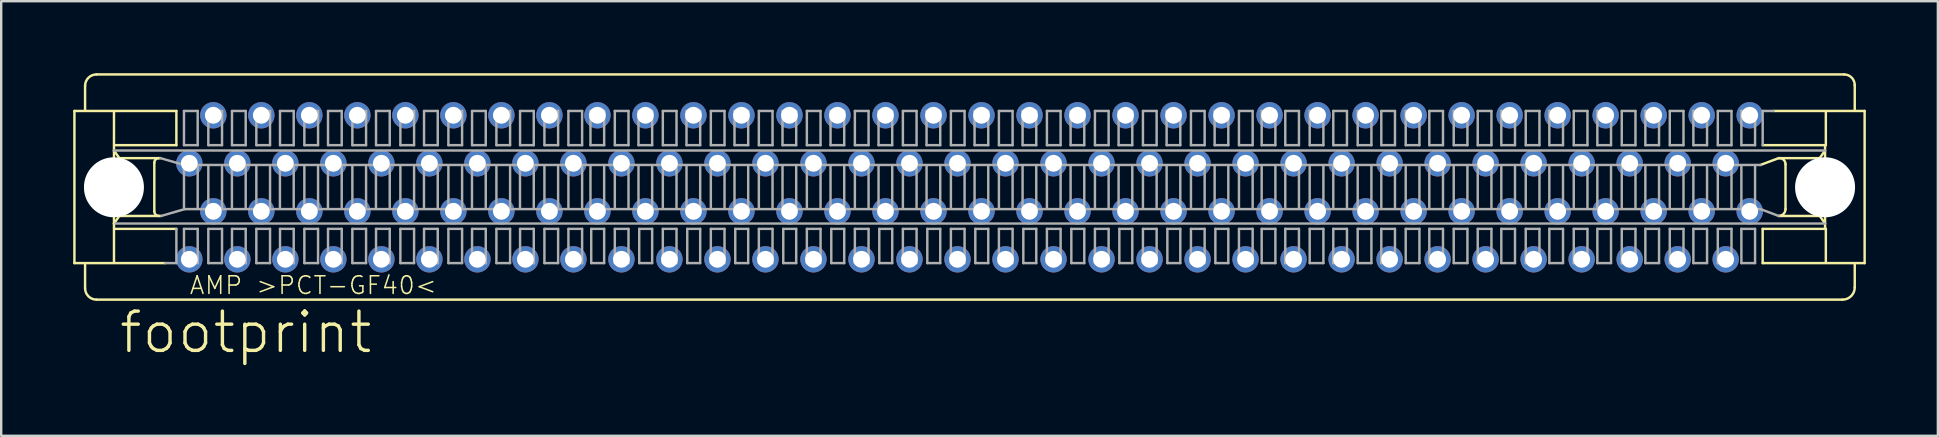
<source format=kicad_pcb>
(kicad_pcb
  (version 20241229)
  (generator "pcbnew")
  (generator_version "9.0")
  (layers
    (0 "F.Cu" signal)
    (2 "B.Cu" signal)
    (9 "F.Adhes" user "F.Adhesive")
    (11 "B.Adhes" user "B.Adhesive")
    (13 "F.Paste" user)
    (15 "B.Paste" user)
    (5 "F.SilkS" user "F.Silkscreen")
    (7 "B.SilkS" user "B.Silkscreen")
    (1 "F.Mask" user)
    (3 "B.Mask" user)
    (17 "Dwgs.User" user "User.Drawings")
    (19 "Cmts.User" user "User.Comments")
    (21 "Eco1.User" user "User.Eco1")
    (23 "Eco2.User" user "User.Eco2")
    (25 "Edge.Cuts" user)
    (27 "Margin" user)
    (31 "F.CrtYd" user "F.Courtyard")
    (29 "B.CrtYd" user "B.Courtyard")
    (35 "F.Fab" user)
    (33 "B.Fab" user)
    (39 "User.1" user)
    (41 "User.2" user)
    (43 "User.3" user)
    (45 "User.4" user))
  (footprint "footprint"
    (layer "F.Cu")
    (at 4.836 4.752)
    (property "Reference" "footprint" (at -3 7 0) (layer "F.SilkS") (effects (font (size 1.636 1.636) (thickness 0.142)) (justify left bottom)))
    (fp_line (start -4.786 -3.18) (end -4.786 3.158) (stroke (width 0.102) (type solid)) (layer "F.SilkS"))
    (fp_line (start -4.786 -3.18) (end -0.539 -3.18) (stroke (width 0.102) (type solid)) (layer "F.SilkS"))
    (fp_line (start -4.786 3.158) (end -1 3.158) (stroke (width 0.102) (type solid)) (layer "F.SilkS"))
    (fp_line (start -4.342 -4.226) (end -4.342 -3.244) (stroke (width 0.102) (type solid)) (layer "F.SilkS"))
    (fp_line (start -4.342 3.222) (end -4.342 4.204) (stroke (width 0.102) (type solid)) (layer "F.SilkS"))
    (fp_line (start -3.866 4.68) (end 68.869 4.68) (stroke (width 0.102) (type solid)) (layer "F.SilkS"))
    (fp_line (start -3.138 -3.117) (end -3.138 -1.532) (stroke (width 0.102) (type solid)) (layer "F.SilkS"))
    (fp_line (start -3.138 -1.532) (end -3.138 1.51) (stroke (width 0.102) (type solid)) (layer "F.SilkS"))
    (fp_line (start -3.138 1.51) (end -3.138 3.095) (stroke (width 0.102) (type solid)) (layer "F.SilkS"))
    (fp_line (start -2.916 -1.215) (end -3.138 -1.532) (stroke (width 0.102) (type solid)) (layer "F.SilkS"))
    (fp_line (start -2.916 1.194) (end -3.138 1.51) (stroke (width 0.102) (type solid)) (layer "F.SilkS"))
    (fp_line (start -1.458 1.003) (end -1.458 -1.025) (stroke (width 0.102) (type solid)) (layer "F.SilkS"))
    (fp_line (start -1.268 -1.215) (end -2.916 -1.215) (stroke (width 0.102) (type solid)) (layer "F.SilkS"))
    (fp_line (start -1.268 1.194) (end -2.916 1.194) (stroke (width 0.102) (type solid)) (layer "F.SilkS"))
    (fp_line (start -1.204 -1.215) (end -1.268 -1.215) (stroke (width 0.102) (type solid)) (layer "F.SilkS"))
    (fp_line (start -1.173 1.194) (end -1.268 1.194) (stroke (width 0.102) (type solid)) (layer "F.SilkS"))
    (fp_line (start -0.539 -3.18) (end -0.539 -1.754) (stroke (width 0.102) (type solid)) (layer "F.SilkS"))
    (fp_line (start -0.539 -1.754) (end -3.074 -1.754) (stroke (width 0.102) (type solid)) (layer "F.SilkS"))
    (fp_line (start -0.539 1.732) (end -3.106 1.732) (stroke (width 0.102) (type solid)) (layer "F.SilkS"))
    (fp_line (start 65.541 -1.754) (end 68.172 -1.754) (stroke (width 0.102) (type solid)) (layer "F.SilkS"))
    (fp_line (start 65.541 1.732) (end 65.541 3.158) (stroke (width 0.102) (type solid)) (layer "F.SilkS"))
    (fp_line (start 65.541 3.158) (end 69.788 3.158) (stroke (width 0.102) (type solid)) (layer "F.SilkS"))
    (fp_line (start 66.207 -1.215) (end 65.446 -0.93) (stroke (width 0.102) (type solid)) (layer "F.SilkS"))
    (fp_line (start 66.238 -1.215) (end 66.207 -1.215) (stroke (width 0.102) (type solid)) (layer "F.SilkS"))
    (fp_line (start 66.492 -0.962) (end 66.492 0.908) (stroke (width 0.102) (type solid)) (layer "F.SilkS"))
    (fp_line (start 67.918 -1.215) (end 66.238 -1.215) (stroke (width 0.102) (type solid)) (layer "F.SilkS"))
    (fp_line (start 67.918 1.194) (end 66.207 1.194) (stroke (width 0.102) (type solid)) (layer "F.SilkS"))
    (fp_line (start 68.14 -1.691) (end 68.14 1.701) (stroke (width 0.102) (type solid)) (layer "F.SilkS"))
    (fp_line (start 68.14 -1.532) (end 67.918 -1.215) (stroke (width 0.102) (type solid)) (layer "F.SilkS"))
    (fp_line (start 68.14 1.51) (end 67.918 1.194) (stroke (width 0.102) (type solid)) (layer "F.SilkS"))
    (fp_line (start 68.172 -1.754) (end 68.172 -3.117) (stroke (width 0.102) (type solid)) (layer "F.SilkS"))
    (fp_line (start 68.172 1.732) (end 65.541 1.732) (stroke (width 0.102) (type solid)) (layer "F.SilkS"))
    (fp_line (start 68.172 3.127) (end 68.172 1.732) (stroke (width 0.102) (type solid)) (layer "F.SilkS"))
    (fp_line (start 68.932 -4.701) (end -3.866 -4.701) (stroke (width 0.102) (type solid)) (layer "F.SilkS"))
    (fp_line (start 69.376 -3.244) (end 69.376 -4.258) (stroke (width 0.102) (type solid)) (layer "F.SilkS"))
    (fp_line (start 69.376 4.173) (end 69.376 3.222) (stroke (width 0.102) (type solid)) (layer "F.SilkS"))
    (fp_line (start 69.788 -3.18) (end 66 -3.18) (stroke (width 0.102) (type solid)) (layer "F.SilkS"))
    (fp_line (start 69.788 3.158) (end 69.788 -3.18) (stroke (width 0.102) (type solid)) (layer "F.SilkS"))
    (fp_arc (start -4.3419 -4.226) (mid -4.202659 -4.562159) (end -3.8665 -4.7014) (stroke (width 0.1016) (type solid)) (layer "F.SilkS"))
    (fp_arc (start -3.8665 4.6797) (mid -4.202659 4.540459) (end -4.3419 4.2043) (stroke (width 0.1016) (type solid)) (layer "F.SilkS"))
    (fp_arc (start -1.4578 -1.0251) (mid -1.402121 -1.159521) (end -1.2677 -1.2152) (stroke (width 0.1016) (type solid)) (layer "F.SilkS"))
    (fp_arc (start -1.267698 1.1935) (mid -1.402091 1.137792) (end -1.4578 1.0034) (stroke (width 0.1016) (type solid)) (layer "F.SilkS"))
    (fp_arc (start 66.2384 -1.2152) (mid 66.417722 -1.140922) (end 66.492 -0.9616) (stroke (width 0.1016) (type solid)) (layer "F.SilkS"))
    (fp_arc (start 66.492 0.9082) (mid 66.408408 1.109908) (end 66.2067 1.1935) (stroke (width 0.1016) (type solid)) (layer "F.SilkS"))
    (fp_arc (start 68.9323 -4.7014) (mid 69.246043 -4.571443) (end 69.376 -4.2577) (stroke (width 0.1016) (type solid)) (layer "F.SilkS"))
    (fp_arc (start 69.376 4.1726) (mid 69.227474 4.531174) (end 68.8689 4.6797) (stroke (width 0.1016) (type solid)) (layer "F.SilkS"))
    (fp_line (start -3.138 -1.532) (end 68.14 -1.532) (stroke (width 0.102) (type solid)) (layer "F.Fab"))
    (fp_line (start -3.074 1.51) (end 68.14 1.51) (stroke (width 0.102) (type solid)) (layer "F.Fab"))
    (fp_line (start -1 3.158) (end -0.539 3.158) (stroke (width 0.102) (type solid)) (layer "F.Fab"))
    (fp_line (start -0.539 3.158) (end -0.539 1.732) (stroke (width 0.102) (type solid)) (layer "F.Fab"))
    (fp_line (start -0.222 -3.18) (end 0.349 -3.18) (stroke (width 0.102) (type solid)) (layer "F.Fab"))
    (fp_line (start -0.222 -1.754) (end -0.222 -3.18) (stroke (width 0.102) (type solid)) (layer "F.Fab"))
    (fp_line (start -0.222 -0.93) (end -1.204 -1.215) (stroke (width 0.102) (type solid)) (layer "F.Fab"))
    (fp_line (start -0.222 -0.867) (end -0.222 0.845) (stroke (width 0.102) (type solid)) (layer "F.Fab"))
    (fp_line (start -0.222 1.732) (end 0.349 1.732) (stroke (width 0.102) (type solid)) (layer "F.Fab"))
    (fp_line (start -0.222 3.158) (end -0.222 1.732) (stroke (width 0.102) (type solid)) (layer "F.Fab"))
    (fp_line (start -0.19 0.908) (end -1.173 1.194) (stroke (width 0.102) (type solid)) (layer "F.Fab"))
    (fp_line (start 0.349 -3.18) (end 0.349 -1.754) (stroke (width 0.102) (type solid)) (layer "F.Fab"))
    (fp_line (start 0.349 -1.754) (end -0.222 -1.754) (stroke (width 0.102) (type solid)) (layer "F.Fab"))
    (fp_line (start 0.349 -0.867) (end 0.349 0.845) (stroke (width 0.102) (type solid)) (layer "F.Fab"))
    (fp_line (start 0.349 1.732) (end 0.349 3.158) (stroke (width 0.102) (type solid)) (layer "F.Fab"))
    (fp_line (start 0.349 3.158) (end -0.222 3.158) (stroke (width 0.102) (type solid)) (layer "F.Fab"))
    (fp_line (start 0.792 -3.18) (end 1.363 -3.18) (stroke (width 0.102) (type solid)) (layer "F.Fab"))
    (fp_line (start 0.792 -1.754) (end 0.792 -3.18) (stroke (width 0.102) (type solid)) (layer "F.Fab"))
    (fp_line (start 0.792 -0.867) (end 0.792 0.845) (stroke (width 0.102) (type solid)) (layer "F.Fab"))
    (fp_line (start 0.792 1.732) (end 1.363 1.732) (stroke (width 0.102) (type solid)) (layer "F.Fab"))
    (fp_line (start 0.792 3.158) (end 0.792 1.732) (stroke (width 0.102) (type solid)) (layer "F.Fab"))
    (fp_line (start 1.363 -3.18) (end 1.363 -1.754) (stroke (width 0.102) (type solid)) (layer "F.Fab"))
    (fp_line (start 1.363 -1.754) (end 0.792 -1.754) (stroke (width 0.102) (type solid)) (layer "F.Fab"))
    (fp_line (start 1.363 -0.867) (end 1.363 0.845) (stroke (width 0.102) (type solid)) (layer "F.Fab"))
    (fp_line (start 1.363 1.732) (end 1.363 3.158) (stroke (width 0.102) (type solid)) (layer "F.Fab"))
    (fp_line (start 1.363 3.158) (end 0.792 3.158) (stroke (width 0.102) (type solid)) (layer "F.Fab"))
    (fp_line (start 1.775 -0.867) (end 1.775 0.845) (stroke (width 0.102) (type solid)) (layer "F.Fab"))
    (fp_line (start 1.778 -3.18) (end 2.349 -3.18) (stroke (width 0.102) (type solid)) (layer "F.Fab"))
    (fp_line (start 1.778 -1.754) (end 1.778 -3.18) (stroke (width 0.102) (type solid)) (layer "F.Fab"))
    (fp_line (start 1.778 1.732) (end 2.349 1.732) (stroke (width 0.102) (type solid)) (layer "F.Fab"))
    (fp_line (start 1.778 3.158) (end 1.778 1.732) (stroke (width 0.102) (type solid)) (layer "F.Fab"))
    (fp_line (start 2.349 -3.18) (end 2.349 -1.754) (stroke (width 0.102) (type solid)) (layer "F.Fab"))
    (fp_line (start 2.349 -1.754) (end 1.778 -1.754) (stroke (width 0.102) (type solid)) (layer "F.Fab"))
    (fp_line (start 2.349 -0.867) (end 2.349 0.845) (stroke (width 0.102) (type solid)) (layer "F.Fab"))
    (fp_line (start 2.349 1.732) (end 2.349 3.158) (stroke (width 0.102) (type solid)) (layer "F.Fab"))
    (fp_line (start 2.349 3.158) (end 1.778 3.158) (stroke (width 0.102) (type solid)) (layer "F.Fab"))
    (fp_line (start 2.792 -3.18) (end 3.363 -3.18) (stroke (width 0.102) (type solid)) (layer "F.Fab"))
    (fp_line (start 2.792 -1.754) (end 2.792 -3.18) (stroke (width 0.102) (type solid)) (layer "F.Fab"))
    (fp_line (start 2.792 -0.867) (end 2.792 0.845) (stroke (width 0.102) (type solid)) (layer "F.Fab"))
    (fp_line (start 2.792 1.732) (end 3.363 1.732) (stroke (width 0.102) (type solid)) (layer "F.Fab"))
    (fp_line (start 2.792 3.158) (end 2.792 1.732) (stroke (width 0.102) (type solid)) (layer "F.Fab"))
    (fp_line (start 3.363 -3.18) (end 3.363 -1.754) (stroke (width 0.102) (type solid)) (layer "F.Fab"))
    (fp_line (start 3.363 -1.754) (end 2.792 -1.754) (stroke (width 0.102) (type solid)) (layer "F.Fab"))
    (fp_line (start 3.363 -0.867) (end 3.363 0.845) (stroke (width 0.102) (type solid)) (layer "F.Fab"))
    (fp_line (start 3.363 1.732) (end 3.363 3.158) (stroke (width 0.102) (type solid)) (layer "F.Fab"))
    (fp_line (start 3.363 3.158) (end 2.792 3.158) (stroke (width 0.102) (type solid)) (layer "F.Fab"))
    (fp_line (start 3.775 -0.867) (end 3.775 0.845) (stroke (width 0.102) (type solid)) (layer "F.Fab"))
    (fp_line (start 3.778 -3.18) (end 4.349 -3.18) (stroke (width 0.102) (type solid)) (layer "F.Fab"))
    (fp_line (start 3.778 -1.754) (end 3.778 -3.18) (stroke (width 0.102) (type solid)) (layer "F.Fab"))
    (fp_line (start 3.778 1.732) (end 4.349 1.732) (stroke (width 0.102) (type solid)) (layer "F.Fab"))
    (fp_line (start 3.778 3.158) (end 3.778 1.732) (stroke (width 0.102) (type solid)) (layer "F.Fab"))
    (fp_line (start 4.349 -3.18) (end 4.349 -1.754) (stroke (width 0.102) (type solid)) (layer "F.Fab"))
    (fp_line (start 4.349 -1.754) (end 3.778 -1.754) (stroke (width 0.102) (type solid)) (layer "F.Fab"))
    (fp_line (start 4.349 -0.867) (end 4.349 0.845) (stroke (width 0.102) (type solid)) (layer "F.Fab"))
    (fp_line (start 4.349 1.732) (end 4.349 3.158) (stroke (width 0.102) (type solid)) (layer "F.Fab"))
    (fp_line (start 4.349 3.158) (end 3.778 3.158) (stroke (width 0.102) (type solid)) (layer "F.Fab"))
    (fp_line (start 4.792 -3.18) (end 5.363 -3.18) (stroke (width 0.102) (type solid)) (layer "F.Fab"))
    (fp_line (start 4.792 -1.754) (end 4.792 -3.18) (stroke (width 0.102) (type solid)) (layer "F.Fab"))
    (fp_line (start 4.792 -0.867) (end 4.792 0.845) (stroke (width 0.102) (type solid)) (layer "F.Fab"))
    (fp_line (start 4.792 1.732) (end 5.363 1.732) (stroke (width 0.102) (type solid)) (layer "F.Fab"))
    (fp_line (start 4.792 3.158) (end 4.792 1.732) (stroke (width 0.102) (type solid)) (layer "F.Fab"))
    (fp_line (start 5.363 -3.18) (end 5.363 -1.754) (stroke (width 0.102) (type solid)) (layer "F.Fab"))
    (fp_line (start 5.363 -1.754) (end 4.792 -1.754) (stroke (width 0.102) (type solid)) (layer "F.Fab"))
    (fp_line (start 5.363 -0.867) (end 5.363 0.845) (stroke (width 0.102) (type solid)) (layer "F.Fab"))
    (fp_line (start 5.363 1.732) (end 5.363 3.158) (stroke (width 0.102) (type solid)) (layer "F.Fab"))
    (fp_line (start 5.363 3.158) (end 4.792 3.158) (stroke (width 0.102) (type solid)) (layer "F.Fab"))
    (fp_line (start 5.775 -0.867) (end 5.775 0.845) (stroke (width 0.102) (type solid)) (layer "F.Fab"))
    (fp_line (start 5.778 -3.18) (end 6.349 -3.18) (stroke (width 0.102) (type solid)) (layer "F.Fab"))
    (fp_line (start 5.778 -1.754) (end 5.778 -3.18) (stroke (width 0.102) (type solid)) (layer "F.Fab"))
    (fp_line (start 5.778 1.732) (end 6.349 1.732) (stroke (width 0.102) (type solid)) (layer "F.Fab"))
    (fp_line (start 5.778 3.158) (end 5.778 1.732) (stroke (width 0.102) (type solid)) (layer "F.Fab"))
    (fp_line (start 6.349 -3.18) (end 6.349 -1.754) (stroke (width 0.102) (type solid)) (layer "F.Fab"))
    (fp_line (start 6.349 -1.754) (end 5.778 -1.754) (stroke (width 0.102) (type solid)) (layer "F.Fab"))
    (fp_line (start 6.349 -0.867) (end 6.349 0.845) (stroke (width 0.102) (type solid)) (layer "F.Fab"))
    (fp_line (start 6.349 1.732) (end 6.349 3.158) (stroke (width 0.102) (type solid)) (layer "F.Fab"))
    (fp_line (start 6.349 3.158) (end 5.778 3.158) (stroke (width 0.102) (type solid)) (layer "F.Fab"))
    (fp_line (start 6.792 -3.18) (end 7.363 -3.18) (stroke (width 0.102) (type solid)) (layer "F.Fab"))
    (fp_line (start 6.792 -1.754) (end 6.792 -3.18) (stroke (width 0.102) (type solid)) (layer "F.Fab"))
    (fp_line (start 6.792 -0.867) (end 6.792 0.845) (stroke (width 0.102) (type solid)) (layer "F.Fab"))
    (fp_line (start 6.792 1.732) (end 7.363 1.732) (stroke (width 0.102) (type solid)) (layer "F.Fab"))
    (fp_line (start 6.792 3.158) (end 6.792 1.732) (stroke (width 0.102) (type solid)) (layer "F.Fab"))
    (fp_line (start 7.363 -3.18) (end 7.363 -1.754) (stroke (width 0.102) (type solid)) (layer "F.Fab"))
    (fp_line (start 7.363 -1.754) (end 6.792 -1.754) (stroke (width 0.102) (type solid)) (layer "F.Fab"))
    (fp_line (start 7.363 -0.867) (end 7.363 0.845) (stroke (width 0.102) (type solid)) (layer "F.Fab"))
    (fp_line (start 7.363 1.732) (end 7.363 3.158) (stroke (width 0.102) (type solid)) (layer "F.Fab"))
    (fp_line (start 7.363 3.158) (end 6.792 3.158) (stroke (width 0.102) (type solid)) (layer "F.Fab"))
    (fp_line (start 7.775 -0.867) (end 7.775 0.845) (stroke (width 0.102) (type solid)) (layer "F.Fab"))
    (fp_line (start 7.778 -3.18) (end 8.349 -3.18) (stroke (width 0.102) (type solid)) (layer "F.Fab"))
    (fp_line (start 7.778 -1.754) (end 7.778 -3.18) (stroke (width 0.102) (type solid)) (layer "F.Fab"))
    (fp_line (start 7.778 1.732) (end 8.349 1.732) (stroke (width 0.102) (type solid)) (layer "F.Fab"))
    (fp_line (start 7.778 3.158) (end 7.778 1.732) (stroke (width 0.102) (type solid)) (layer "F.Fab"))
    (fp_line (start 8.349 -3.18) (end 8.349 -1.754) (stroke (width 0.102) (type solid)) (layer "F.Fab"))
    (fp_line (start 8.349 -1.754) (end 7.778 -1.754) (stroke (width 0.102) (type solid)) (layer "F.Fab"))
    (fp_line (start 8.349 -0.867) (end 8.349 0.845) (stroke (width 0.102) (type solid)) (layer "F.Fab"))
    (fp_line (start 8.349 1.732) (end 8.349 3.158) (stroke (width 0.102) (type solid)) (layer "F.Fab"))
    (fp_line (start 8.349 3.158) (end 7.778 3.158) (stroke (width 0.102) (type solid)) (layer "F.Fab"))
    (fp_line (start 8.792 -3.18) (end 9.363 -3.18) (stroke (width 0.102) (type solid)) (layer "F.Fab"))
    (fp_line (start 8.792 -1.754) (end 8.792 -3.18) (stroke (width 0.102) (type solid)) (layer "F.Fab"))
    (fp_line (start 8.792 -0.867) (end 8.792 0.845) (stroke (width 0.102) (type solid)) (layer "F.Fab"))
    (fp_line (start 8.792 1.732) (end 9.363 1.732) (stroke (width 0.102) (type solid)) (layer "F.Fab"))
    (fp_line (start 8.792 3.158) (end 8.792 1.732) (stroke (width 0.102) (type solid)) (layer "F.Fab"))
    (fp_line (start 9.363 -3.18) (end 9.363 -1.754) (stroke (width 0.102) (type solid)) (layer "F.Fab"))
    (fp_line (start 9.363 -1.754) (end 8.792 -1.754) (stroke (width 0.102) (type solid)) (layer "F.Fab"))
    (fp_line (start 9.363 -0.867) (end 9.363 0.845) (stroke (width 0.102) (type solid)) (layer "F.Fab"))
    (fp_line (start 9.363 1.732) (end 9.363 3.158) (stroke (width 0.102) (type solid)) (layer "F.Fab"))
    (fp_line (start 9.363 3.158) (end 8.792 3.158) (stroke (width 0.102) (type solid)) (layer "F.Fab"))
    (fp_line (start 9.775 -0.867) (end 9.775 0.845) (stroke (width 0.102) (type solid)) (layer "F.Fab"))
    (fp_line (start 9.778 -3.18) (end 10.349 -3.18) (stroke (width 0.102) (type solid)) (layer "F.Fab"))
    (fp_line (start 9.778 -1.754) (end 9.778 -3.18) (stroke (width 0.102) (type solid)) (layer "F.Fab"))
    (fp_line (start 9.778 1.732) (end 10.349 1.732) (stroke (width 0.102) (type solid)) (layer "F.Fab"))
    (fp_line (start 9.778 3.158) (end 9.778 1.732) (stroke (width 0.102) (type solid)) (layer "F.Fab"))
    (fp_line (start 10.349 -3.18) (end 10.349 -1.754) (stroke (width 0.102) (type solid)) (layer "F.Fab"))
    (fp_line (start 10.349 -1.754) (end 9.778 -1.754) (stroke (width 0.102) (type solid)) (layer "F.Fab"))
    (fp_line (start 10.349 -0.867) (end 10.349 0.845) (stroke (width 0.102) (type solid)) (layer "F.Fab"))
    (fp_line (start 10.349 1.732) (end 10.349 3.158) (stroke (width 0.102) (type solid)) (layer "F.Fab"))
    (fp_line (start 10.349 3.158) (end 9.778 3.158) (stroke (width 0.102) (type solid)) (layer "F.Fab"))
    (fp_line (start 10.792 -3.18) (end 11.363 -3.18) (stroke (width 0.102) (type solid)) (layer "F.Fab"))
    (fp_line (start 10.792 -1.754) (end 10.792 -3.18) (stroke (width 0.102) (type solid)) (layer "F.Fab"))
    (fp_line (start 10.792 -0.867) (end 10.792 0.845) (stroke (width 0.102) (type solid)) (layer "F.Fab"))
    (fp_line (start 10.792 1.732) (end 11.363 1.732) (stroke (width 0.102) (type solid)) (layer "F.Fab"))
    (fp_line (start 10.792 3.158) (end 10.792 1.732) (stroke (width 0.102) (type solid)) (layer "F.Fab"))
    (fp_line (start 11.363 -3.18) (end 11.363 -1.754) (stroke (width 0.102) (type solid)) (layer "F.Fab"))
    (fp_line (start 11.363 -1.754) (end 10.792 -1.754) (stroke (width 0.102) (type solid)) (layer "F.Fab"))
    (fp_line (start 11.363 -0.867) (end 11.363 0.845) (stroke (width 0.102) (type solid)) (layer "F.Fab"))
    (fp_line (start 11.363 1.732) (end 11.363 3.158) (stroke (width 0.102) (type solid)) (layer "F.Fab"))
    (fp_line (start 11.363 3.158) (end 10.792 3.158) (stroke (width 0.102) (type solid)) (layer "F.Fab"))
    (fp_line (start 11.775 -0.867) (end 11.775 0.845) (stroke (width 0.102) (type solid)) (layer "F.Fab"))
    (fp_line (start 11.778 -3.18) (end 12.349 -3.18) (stroke (width 0.102) (type solid)) (layer "F.Fab"))
    (fp_line (start 11.778 -1.754) (end 11.778 -3.18) (stroke (width 0.102) (type solid)) (layer "F.Fab"))
    (fp_line (start 11.778 1.732) (end 12.349 1.732) (stroke (width 0.102) (type solid)) (layer "F.Fab"))
    (fp_line (start 11.778 3.158) (end 11.778 1.732) (stroke (width 0.102) (type solid)) (layer "F.Fab"))
    (fp_line (start 12.349 -3.18) (end 12.349 -1.754) (stroke (width 0.102) (type solid)) (layer "F.Fab"))
    (fp_line (start 12.349 -1.754) (end 11.778 -1.754) (stroke (width 0.102) (type solid)) (layer "F.Fab"))
    (fp_line (start 12.349 -0.867) (end 12.349 0.845) (stroke (width 0.102) (type solid)) (layer "F.Fab"))
    (fp_line (start 12.349 1.732) (end 12.349 3.158) (stroke (width 0.102) (type solid)) (layer "F.Fab"))
    (fp_line (start 12.349 3.158) (end 11.778 3.158) (stroke (width 0.102) (type solid)) (layer "F.Fab"))
    (fp_line (start 12.792 -3.18) (end 13.363 -3.18) (stroke (width 0.102) (type solid)) (layer "F.Fab"))
    (fp_line (start 12.792 -1.754) (end 12.792 -3.18) (stroke (width 0.102) (type solid)) (layer "F.Fab"))
    (fp_line (start 12.792 -0.867) (end 12.792 0.845) (stroke (width 0.102) (type solid)) (layer "F.Fab"))
    (fp_line (start 12.792 1.732) (end 13.363 1.732) (stroke (width 0.102) (type solid)) (layer "F.Fab"))
    (fp_line (start 12.792 3.158) (end 12.792 1.732) (stroke (width 0.102) (type solid)) (layer "F.Fab"))
    (fp_line (start 13.363 -3.18) (end 13.363 -1.754) (stroke (width 0.102) (type solid)) (layer "F.Fab"))
    (fp_line (start 13.363 -1.754) (end 12.792 -1.754) (stroke (width 0.102) (type solid)) (layer "F.Fab"))
    (fp_line (start 13.363 -0.867) (end 13.363 0.845) (stroke (width 0.102) (type solid)) (layer "F.Fab"))
    (fp_line (start 13.363 1.732) (end 13.363 3.158) (stroke (width 0.102) (type solid)) (layer "F.Fab"))
    (fp_line (start 13.363 3.158) (end 12.792 3.158) (stroke (width 0.102) (type solid)) (layer "F.Fab"))
    (fp_line (start 13.775 -0.867) (end 13.775 0.845) (stroke (width 0.102) (type solid)) (layer "F.Fab"))
    (fp_line (start 13.778 -3.18) (end 14.349 -3.18) (stroke (width 0.102) (type solid)) (layer "F.Fab"))
    (fp_line (start 13.778 -1.754) (end 13.778 -3.18) (stroke (width 0.102) (type solid)) (layer "F.Fab"))
    (fp_line (start 13.778 1.732) (end 14.349 1.732) (stroke (width 0.102) (type solid)) (layer "F.Fab"))
    (fp_line (start 13.778 3.158) (end 13.778 1.732) (stroke (width 0.102) (type solid)) (layer "F.Fab"))
    (fp_line (start 14.349 -3.18) (end 14.349 -1.754) (stroke (width 0.102) (type solid)) (layer "F.Fab"))
    (fp_line (start 14.349 -1.754) (end 13.778 -1.754) (stroke (width 0.102) (type solid)) (layer "F.Fab"))
    (fp_line (start 14.349 -0.867) (end 14.349 0.845) (stroke (width 0.102) (type solid)) (layer "F.Fab"))
    (fp_line (start 14.349 1.732) (end 14.349 3.158) (stroke (width 0.102) (type solid)) (layer "F.Fab"))
    (fp_line (start 14.349 3.158) (end 13.778 3.158) (stroke (width 0.102) (type solid)) (layer "F.Fab"))
    (fp_line (start 14.792 -3.18) (end 15.363 -3.18) (stroke (width 0.102) (type solid)) (layer "F.Fab"))
    (fp_line (start 14.792 -1.754) (end 14.792 -3.18) (stroke (width 0.102) (type solid)) (layer "F.Fab"))
    (fp_line (start 14.792 -0.867) (end 14.792 0.845) (stroke (width 0.102) (type solid)) (layer "F.Fab"))
    (fp_line (start 14.792 1.732) (end 15.363 1.732) (stroke (width 0.102) (type solid)) (layer "F.Fab"))
    (fp_line (start 14.792 3.158) (end 14.792 1.732) (stroke (width 0.102) (type solid)) (layer "F.Fab"))
    (fp_line (start 15.363 -3.18) (end 15.363 -1.754) (stroke (width 0.102) (type solid)) (layer "F.Fab"))
    (fp_line (start 15.363 -1.754) (end 14.792 -1.754) (stroke (width 0.102) (type solid)) (layer "F.Fab"))
    (fp_line (start 15.363 -0.867) (end 15.363 0.845) (stroke (width 0.102) (type solid)) (layer "F.Fab"))
    (fp_line (start 15.363 1.732) (end 15.363 3.158) (stroke (width 0.102) (type solid)) (layer "F.Fab"))
    (fp_line (start 15.363 3.158) (end 14.792 3.158) (stroke (width 0.102) (type solid)) (layer "F.Fab"))
    (fp_line (start 15.792 -3.18) (end 16.363 -3.18) (stroke (width 0.102) (type solid)) (layer "F.Fab"))
    (fp_line (start 15.792 -1.754) (end 15.792 -3.18) (stroke (width 0.102) (type solid)) (layer "F.Fab"))
    (fp_line (start 15.792 -0.867) (end 15.792 0.845) (stroke (width 0.102) (type solid)) (layer "F.Fab"))
    (fp_line (start 15.792 1.732) (end 16.363 1.732) (stroke (width 0.102) (type solid)) (layer "F.Fab"))
    (fp_line (start 15.792 3.158) (end 15.792 1.732) (stroke (width 0.102) (type solid)) (layer "F.Fab"))
    (fp_line (start 16.363 -3.18) (end 16.363 -1.754) (stroke (width 0.102) (type solid)) (layer "F.Fab"))
    (fp_line (start 16.363 -1.754) (end 15.792 -1.754) (stroke (width 0.102) (type solid)) (layer "F.Fab"))
    (fp_line (start 16.363 -0.867) (end 16.363 0.845) (stroke (width 0.102) (type solid)) (layer "F.Fab"))
    (fp_line (start 16.363 1.732) (end 16.363 3.158) (stroke (width 0.102) (type solid)) (layer "F.Fab"))
    (fp_line (start 16.363 3.158) (end 15.792 3.158) (stroke (width 0.102) (type solid)) (layer "F.Fab"))
    (fp_line (start 16.711 -3.18) (end 16.711 -1.754) (stroke (width 0.102) (type solid)) (layer "F.Fab"))
    (fp_line (start 16.711 -1.754) (end 17.281 -1.754) (stroke (width 0.102) (type solid)) (layer "F.Fab"))
    (fp_line (start 16.711 -0.867) (end 16.711 0.845) (stroke (width 0.102) (type solid)) (layer "F.Fab"))
    (fp_line (start 16.742 1.732) (end 16.742 3.158) (stroke (width 0.102) (type solid)) (layer "F.Fab"))
    (fp_line (start 16.742 3.158) (end 17.281 3.158) (stroke (width 0.102) (type solid)) (layer "F.Fab"))
    (fp_line (start 17.281 -3.18) (end 16.711 -3.18) (stroke (width 0.102) (type solid)) (layer "F.Fab"))
    (fp_line (start 17.281 -1.754) (end 17.281 -3.18) (stroke (width 0.102) (type solid)) (layer "F.Fab"))
    (fp_line (start 17.281 -0.867) (end 17.281 0.845) (stroke (width 0.102) (type solid)) (layer "F.Fab"))
    (fp_line (start 17.281 1.732) (end 16.742 1.732) (stroke (width 0.102) (type solid)) (layer "F.Fab"))
    (fp_line (start 17.281 3.158) (end 17.281 1.732) (stroke (width 0.102) (type solid)) (layer "F.Fab"))
    (fp_line (start 17.725 -3.18) (end 17.725 -1.754) (stroke (width 0.102) (type solid)) (layer "F.Fab"))
    (fp_line (start 17.725 -1.754) (end 18.295 -1.754) (stroke (width 0.102) (type solid)) (layer "F.Fab"))
    (fp_line (start 17.725 -0.867) (end 17.725 0.845) (stroke (width 0.102) (type solid)) (layer "F.Fab"))
    (fp_line (start 17.725 1.732) (end 18.295 1.732) (stroke (width 0.102) (type solid)) (layer "F.Fab"))
    (fp_line (start 17.725 3.158) (end 17.725 1.732) (stroke (width 0.102) (type solid)) (layer "F.Fab"))
    (fp_line (start 18.295 -3.18) (end 17.725 -3.18) (stroke (width 0.102) (type solid)) (layer "F.Fab"))
    (fp_line (start 18.295 -1.754) (end 18.295 -3.18) (stroke (width 0.102) (type solid)) (layer "F.Fab"))
    (fp_line (start 18.295 -0.867) (end 18.295 0.876) (stroke (width 0.102) (type solid)) (layer "F.Fab"))
    (fp_line (start 18.295 1.732) (end 18.295 3.158) (stroke (width 0.102) (type solid)) (layer "F.Fab"))
    (fp_line (start 18.295 3.158) (end 17.725 3.158) (stroke (width 0.102) (type solid)) (layer "F.Fab"))
    (fp_line (start 18.711 -3.18) (end 18.711 -1.754) (stroke (width 0.102) (type solid)) (layer "F.Fab"))
    (fp_line (start 18.711 -1.754) (end 19.281 -1.754) (stroke (width 0.102) (type solid)) (layer "F.Fab"))
    (fp_line (start 18.711 -0.867) (end 18.711 0.845) (stroke (width 0.102) (type solid)) (layer "F.Fab"))
    (fp_line (start 18.742 1.732) (end 18.742 3.158) (stroke (width 0.102) (type solid)) (layer "F.Fab"))
    (fp_line (start 18.742 3.158) (end 19.281 3.158) (stroke (width 0.102) (type solid)) (layer "F.Fab"))
    (fp_line (start 19.281 -3.18) (end 18.711 -3.18) (stroke (width 0.102) (type solid)) (layer "F.Fab"))
    (fp_line (start 19.281 -1.754) (end 19.281 -3.18) (stroke (width 0.102) (type solid)) (layer "F.Fab"))
    (fp_line (start 19.281 -0.867) (end 19.281 0.845) (stroke (width 0.102) (type solid)) (layer "F.Fab"))
    (fp_line (start 19.281 1.732) (end 18.742 1.732) (stroke (width 0.102) (type solid)) (layer "F.Fab"))
    (fp_line (start 19.281 3.158) (end 19.281 1.732) (stroke (width 0.102) (type solid)) (layer "F.Fab"))
    (fp_line (start 19.725 -3.18) (end 19.725 -1.754) (stroke (width 0.102) (type solid)) (layer "F.Fab"))
    (fp_line (start 19.725 -1.754) (end 20.295 -1.754) (stroke (width 0.102) (type solid)) (layer "F.Fab"))
    (fp_line (start 19.725 -0.867) (end 19.725 0.845) (stroke (width 0.102) (type solid)) (layer "F.Fab"))
    (fp_line (start 19.725 1.732) (end 20.295 1.732) (stroke (width 0.102) (type solid)) (layer "F.Fab"))
    (fp_line (start 19.725 3.158) (end 19.725 1.732) (stroke (width 0.102) (type solid)) (layer "F.Fab"))
    (fp_line (start 20.295 -3.18) (end 19.725 -3.18) (stroke (width 0.102) (type solid)) (layer "F.Fab"))
    (fp_line (start 20.295 -1.754) (end 20.295 -3.18) (stroke (width 0.102) (type solid)) (layer "F.Fab"))
    (fp_line (start 20.295 -0.867) (end 20.295 0.876) (stroke (width 0.102) (type solid)) (layer "F.Fab"))
    (fp_line (start 20.295 1.732) (end 20.295 3.158) (stroke (width 0.102) (type solid)) (layer "F.Fab"))
    (fp_line (start 20.295 3.158) (end 19.725 3.158) (stroke (width 0.102) (type solid)) (layer "F.Fab"))
    (fp_line (start 20.711 -3.18) (end 20.711 -1.754) (stroke (width 0.102) (type solid)) (layer "F.Fab"))
    (fp_line (start 20.711 -1.754) (end 21.281 -1.754) (stroke (width 0.102) (type solid)) (layer "F.Fab"))
    (fp_line (start 20.711 -0.867) (end 20.711 0.845) (stroke (width 0.102) (type solid)) (layer "F.Fab"))
    (fp_line (start 20.742 1.732) (end 20.742 3.158) (stroke (width 0.102) (type solid)) (layer "F.Fab"))
    (fp_line (start 20.742 3.158) (end 21.281 3.158) (stroke (width 0.102) (type solid)) (layer "F.Fab"))
    (fp_line (start 21.281 -3.18) (end 20.711 -3.18) (stroke (width 0.102) (type solid)) (layer "F.Fab"))
    (fp_line (start 21.281 -1.754) (end 21.281 -3.18) (stroke (width 0.102) (type solid)) (layer "F.Fab"))
    (fp_line (start 21.281 -0.867) (end 21.281 0.845) (stroke (width 0.102) (type solid)) (layer "F.Fab"))
    (fp_line (start 21.281 1.732) (end 20.742 1.732) (stroke (width 0.102) (type solid)) (layer "F.Fab"))
    (fp_line (start 21.281 3.158) (end 21.281 1.732) (stroke (width 0.102) (type solid)) (layer "F.Fab"))
    (fp_line (start 21.725 -3.18) (end 21.725 -1.754) (stroke (width 0.102) (type solid)) (layer "F.Fab"))
    (fp_line (start 21.725 -1.754) (end 22.295 -1.754) (stroke (width 0.102) (type solid)) (layer "F.Fab"))
    (fp_line (start 21.725 -0.867) (end 21.725 0.845) (stroke (width 0.102) (type solid)) (layer "F.Fab"))
    (fp_line (start 21.725 1.732) (end 22.295 1.732) (stroke (width 0.102) (type solid)) (layer "F.Fab"))
    (fp_line (start 21.725 3.158) (end 21.725 1.732) (stroke (width 0.102) (type solid)) (layer "F.Fab"))
    (fp_line (start 22.295 -3.18) (end 21.725 -3.18) (stroke (width 0.102) (type solid)) (layer "F.Fab"))
    (fp_line (start 22.295 -1.754) (end 22.295 -3.18) (stroke (width 0.102) (type solid)) (layer "F.Fab"))
    (fp_line (start 22.295 -0.867) (end 22.295 0.876) (stroke (width 0.102) (type solid)) (layer "F.Fab"))
    (fp_line (start 22.295 1.732) (end 22.295 3.158) (stroke (width 0.102) (type solid)) (layer "F.Fab"))
    (fp_line (start 22.295 3.158) (end 21.725 3.158) (stroke (width 0.102) (type solid)) (layer "F.Fab"))
    (fp_line (start 22.711 -3.18) (end 22.711 -1.754) (stroke (width 0.102) (type solid)) (layer "F.Fab"))
    (fp_line (start 22.711 -1.754) (end 23.281 -1.754) (stroke (width 0.102) (type solid)) (layer "F.Fab"))
    (fp_line (start 22.711 -0.867) (end 22.711 0.845) (stroke (width 0.102) (type solid)) (layer "F.Fab"))
    (fp_line (start 22.742 1.732) (end 22.742 3.158) (stroke (width 0.102) (type solid)) (layer "F.Fab"))
    (fp_line (start 22.742 3.158) (end 23.281 3.158) (stroke (width 0.102) (type solid)) (layer "F.Fab"))
    (fp_line (start 23.281 -3.18) (end 22.711 -3.18) (stroke (width 0.102) (type solid)) (layer "F.Fab"))
    (fp_line (start 23.281 -1.754) (end 23.281 -3.18) (stroke (width 0.102) (type solid)) (layer "F.Fab"))
    (fp_line (start 23.281 -0.867) (end 23.281 0.845) (stroke (width 0.102) (type solid)) (layer "F.Fab"))
    (fp_line (start 23.281 1.732) (end 22.742 1.732) (stroke (width 0.102) (type solid)) (layer "F.Fab"))
    (fp_line (start 23.281 3.158) (end 23.281 1.732) (stroke (width 0.102) (type solid)) (layer "F.Fab"))
    (fp_line (start 23.725 -3.18) (end 23.725 -1.754) (stroke (width 0.102) (type solid)) (layer "F.Fab"))
    (fp_line (start 23.725 -1.754) (end 24.295 -1.754) (stroke (width 0.102) (type solid)) (layer "F.Fab"))
    (fp_line (start 23.725 -0.867) (end 23.725 0.845) (stroke (width 0.102) (type solid)) (layer "F.Fab"))
    (fp_line (start 23.725 1.732) (end 24.295 1.732) (stroke (width 0.102) (type solid)) (layer "F.Fab"))
    (fp_line (start 23.725 3.158) (end 23.725 1.732) (stroke (width 0.102) (type solid)) (layer "F.Fab"))
    (fp_line (start 24.295 -3.18) (end 23.725 -3.18) (stroke (width 0.102) (type solid)) (layer "F.Fab"))
    (fp_line (start 24.295 -1.754) (end 24.295 -3.18) (stroke (width 0.102) (type solid)) (layer "F.Fab"))
    (fp_line (start 24.295 -0.867) (end 24.295 0.876) (stroke (width 0.102) (type solid)) (layer "F.Fab"))
    (fp_line (start 24.295 1.732) (end 24.295 3.158) (stroke (width 0.102) (type solid)) (layer "F.Fab"))
    (fp_line (start 24.295 3.158) (end 23.725 3.158) (stroke (width 0.102) (type solid)) (layer "F.Fab"))
    (fp_line (start 24.711 -3.18) (end 24.711 -1.754) (stroke (width 0.102) (type solid)) (layer "F.Fab"))
    (fp_line (start 24.711 -1.754) (end 25.281 -1.754) (stroke (width 0.102) (type solid)) (layer "F.Fab"))
    (fp_line (start 24.711 -0.867) (end 24.711 0.845) (stroke (width 0.102) (type solid)) (layer "F.Fab"))
    (fp_line (start 24.742 1.732) (end 24.742 3.158) (stroke (width 0.102) (type solid)) (layer "F.Fab"))
    (fp_line (start 24.742 3.158) (end 25.281 3.158) (stroke (width 0.102) (type solid)) (layer "F.Fab"))
    (fp_line (start 25.281 -3.18) (end 24.711 -3.18) (stroke (width 0.102) (type solid)) (layer "F.Fab"))
    (fp_line (start 25.281 -1.754) (end 25.281 -3.18) (stroke (width 0.102) (type solid)) (layer "F.Fab"))
    (fp_line (start 25.281 -0.867) (end 25.281 0.845) (stroke (width 0.102) (type solid)) (layer "F.Fab"))
    (fp_line (start 25.281 1.732) (end 24.742 1.732) (stroke (width 0.102) (type solid)) (layer "F.Fab"))
    (fp_line (start 25.281 3.158) (end 25.281 1.732) (stroke (width 0.102) (type solid)) (layer "F.Fab"))
    (fp_line (start 25.725 -3.18) (end 25.725 -1.754) (stroke (width 0.102) (type solid)) (layer "F.Fab"))
    (fp_line (start 25.725 -1.754) (end 26.295 -1.754) (stroke (width 0.102) (type solid)) (layer "F.Fab"))
    (fp_line (start 25.725 -0.867) (end 25.725 0.845) (stroke (width 0.102) (type solid)) (layer "F.Fab"))
    (fp_line (start 25.725 1.732) (end 26.295 1.732) (stroke (width 0.102) (type solid)) (layer "F.Fab"))
    (fp_line (start 25.725 3.158) (end 25.725 1.732) (stroke (width 0.102) (type solid)) (layer "F.Fab"))
    (fp_line (start 26.295 -3.18) (end 25.725 -3.18) (stroke (width 0.102) (type solid)) (layer "F.Fab"))
    (fp_line (start 26.295 -1.754) (end 26.295 -3.18) (stroke (width 0.102) (type solid)) (layer "F.Fab"))
    (fp_line (start 26.295 -0.867) (end 26.295 0.876) (stroke (width 0.102) (type solid)) (layer "F.Fab"))
    (fp_line (start 26.295 1.732) (end 26.295 3.158) (stroke (width 0.102) (type solid)) (layer "F.Fab"))
    (fp_line (start 26.295 3.158) (end 25.725 3.158) (stroke (width 0.102) (type solid)) (layer "F.Fab"))
    (fp_line (start 26.711 -3.18) (end 26.711 -1.754) (stroke (width 0.102) (type solid)) (layer "F.Fab"))
    (fp_line (start 26.711 -1.754) (end 27.281 -1.754) (stroke (width 0.102) (type solid)) (layer "F.Fab"))
    (fp_line (start 26.711 -0.867) (end 26.711 0.845) (stroke (width 0.102) (type solid)) (layer "F.Fab"))
    (fp_line (start 26.742 1.732) (end 26.742 3.158) (stroke (width 0.102) (type solid)) (layer "F.Fab"))
    (fp_line (start 26.742 3.158) (end 27.281 3.158) (stroke (width 0.102) (type solid)) (layer "F.Fab"))
    (fp_line (start 27.281 -3.18) (end 26.711 -3.18) (stroke (width 0.102) (type solid)) (layer "F.Fab"))
    (fp_line (start 27.281 -1.754) (end 27.281 -3.18) (stroke (width 0.102) (type solid)) (layer "F.Fab"))
    (fp_line (start 27.281 -0.867) (end 27.281 0.845) (stroke (width 0.102) (type solid)) (layer "F.Fab"))
    (fp_line (start 27.281 1.732) (end 26.742 1.732) (stroke (width 0.102) (type solid)) (layer "F.Fab"))
    (fp_line (start 27.281 3.158) (end 27.281 1.732) (stroke (width 0.102) (type solid)) (layer "F.Fab"))
    (fp_line (start 27.725 -3.18) (end 27.725 -1.754) (stroke (width 0.102) (type solid)) (layer "F.Fab"))
    (fp_line (start 27.725 -1.754) (end 28.295 -1.754) (stroke (width 0.102) (type solid)) (layer "F.Fab"))
    (fp_line (start 27.725 -0.867) (end 27.725 0.845) (stroke (width 0.102) (type solid)) (layer "F.Fab"))
    (fp_line (start 27.725 1.732) (end 28.295 1.732) (stroke (width 0.102) (type solid)) (layer "F.Fab"))
    (fp_line (start 27.725 3.158) (end 27.725 1.732) (stroke (width 0.102) (type solid)) (layer "F.Fab"))
    (fp_line (start 28.295 -3.18) (end 27.725 -3.18) (stroke (width 0.102) (type solid)) (layer "F.Fab"))
    (fp_line (start 28.295 -1.754) (end 28.295 -3.18) (stroke (width 0.102) (type solid)) (layer "F.Fab"))
    (fp_line (start 28.295 -0.867) (end 28.295 0.876) (stroke (width 0.102) (type solid)) (layer "F.Fab"))
    (fp_line (start 28.295 1.732) (end 28.295 3.158) (stroke (width 0.102) (type solid)) (layer "F.Fab"))
    (fp_line (start 28.295 3.158) (end 27.725 3.158) (stroke (width 0.102) (type solid)) (layer "F.Fab"))
    (fp_line (start 28.711 -3.18) (end 28.711 -1.754) (stroke (width 0.102) (type solid)) (layer "F.Fab"))
    (fp_line (start 28.711 -1.754) (end 29.281 -1.754) (stroke (width 0.102) (type solid)) (layer "F.Fab"))
    (fp_line (start 28.711 -0.867) (end 28.711 0.845) (stroke (width 0.102) (type solid)) (layer "F.Fab"))
    (fp_line (start 28.742 1.732) (end 28.742 3.158) (stroke (width 0.102) (type solid)) (layer "F.Fab"))
    (fp_line (start 28.742 3.158) (end 29.281 3.158) (stroke (width 0.102) (type solid)) (layer "F.Fab"))
    (fp_line (start 29.281 -3.18) (end 28.711 -3.18) (stroke (width 0.102) (type solid)) (layer "F.Fab"))
    (fp_line (start 29.281 -1.754) (end 29.281 -3.18) (stroke (width 0.102) (type solid)) (layer "F.Fab"))
    (fp_line (start 29.281 -0.867) (end 29.281 0.845) (stroke (width 0.102) (type solid)) (layer "F.Fab"))
    (fp_line (start 29.281 1.732) (end 28.742 1.732) (stroke (width 0.102) (type solid)) (layer "F.Fab"))
    (fp_line (start 29.281 3.158) (end 29.281 1.732) (stroke (width 0.102) (type solid)) (layer "F.Fab"))
    (fp_line (start 29.725 -3.18) (end 29.725 -1.754) (stroke (width 0.102) (type solid)) (layer "F.Fab"))
    (fp_line (start 29.725 -1.754) (end 30.295 -1.754) (stroke (width 0.102) (type solid)) (layer "F.Fab"))
    (fp_line (start 29.725 -0.867) (end 29.725 0.845) (stroke (width 0.102) (type solid)) (layer "F.Fab"))
    (fp_line (start 29.725 1.732) (end 30.295 1.732) (stroke (width 0.102) (type solid)) (layer "F.Fab"))
    (fp_line (start 29.725 3.158) (end 29.725 1.732) (stroke (width 0.102) (type solid)) (layer "F.Fab"))
    (fp_line (start 30.295 -3.18) (end 29.725 -3.18) (stroke (width 0.102) (type solid)) (layer "F.Fab"))
    (fp_line (start 30.295 -1.754) (end 30.295 -3.18) (stroke (width 0.102) (type solid)) (layer "F.Fab"))
    (fp_line (start 30.295 -0.867) (end 30.295 0.876) (stroke (width 0.102) (type solid)) (layer "F.Fab"))
    (fp_line (start 30.295 1.732) (end 30.295 3.158) (stroke (width 0.102) (type solid)) (layer "F.Fab"))
    (fp_line (start 30.295 3.158) (end 29.725 3.158) (stroke (width 0.102) (type solid)) (layer "F.Fab"))
    (fp_line (start 30.711 -3.18) (end 30.711 -1.754) (stroke (width 0.102) (type solid)) (layer "F.Fab"))
    (fp_line (start 30.711 -1.754) (end 31.281 -1.754) (stroke (width 0.102) (type solid)) (layer "F.Fab"))
    (fp_line (start 30.711 -0.867) (end 30.711 0.845) (stroke (width 0.102) (type solid)) (layer "F.Fab"))
    (fp_line (start 30.742 1.732) (end 30.742 3.158) (stroke (width 0.102) (type solid)) (layer "F.Fab"))
    (fp_line (start 30.742 3.158) (end 31.281 3.158) (stroke (width 0.102) (type solid)) (layer "F.Fab"))
    (fp_line (start 31.281 -3.18) (end 30.711 -3.18) (stroke (width 0.102) (type solid)) (layer "F.Fab"))
    (fp_line (start 31.281 -1.754) (end 31.281 -3.18) (stroke (width 0.102) (type solid)) (layer "F.Fab"))
    (fp_line (start 31.281 -0.867) (end 31.281 0.845) (stroke (width 0.102) (type solid)) (layer "F.Fab"))
    (fp_line (start 31.281 1.732) (end 30.742 1.732) (stroke (width 0.102) (type solid)) (layer "F.Fab"))
    (fp_line (start 31.281 3.158) (end 31.281 1.732) (stroke (width 0.102) (type solid)) (layer "F.Fab"))
    (fp_line (start 31.725 -3.18) (end 31.725 -1.754) (stroke (width 0.102) (type solid)) (layer "F.Fab"))
    (fp_line (start 31.725 -1.754) (end 32.295 -1.754) (stroke (width 0.102) (type solid)) (layer "F.Fab"))
    (fp_line (start 31.725 -0.867) (end 31.725 0.845) (stroke (width 0.102) (type solid)) (layer "F.Fab"))
    (fp_line (start 31.725 1.732) (end 32.295 1.732) (stroke (width 0.102) (type solid)) (layer "F.Fab"))
    (fp_line (start 31.725 3.158) (end 31.725 1.732) (stroke (width 0.102) (type solid)) (layer "F.Fab"))
    (fp_line (start 32.295 -3.18) (end 31.725 -3.18) (stroke (width 0.102) (type solid)) (layer "F.Fab"))
    (fp_line (start 32.295 -1.754) (end 32.295 -3.18) (stroke (width 0.102) (type solid)) (layer "F.Fab"))
    (fp_line (start 32.295 -0.867) (end 32.295 0.876) (stroke (width 0.102) (type solid)) (layer "F.Fab"))
    (fp_line (start 32.295 1.732) (end 32.295 3.158) (stroke (width 0.102) (type solid)) (layer "F.Fab"))
    (fp_line (start 32.295 3.158) (end 31.725 3.158) (stroke (width 0.102) (type solid)) (layer "F.Fab"))
    (fp_line (start 32.711 -3.18) (end 32.711 -1.754) (stroke (width 0.102) (type solid)) (layer "F.Fab"))
    (fp_line (start 32.711 -1.754) (end 33.281 -1.754) (stroke (width 0.102) (type solid)) (layer "F.Fab"))
    (fp_line (start 32.711 -0.867) (end 32.711 0.845) (stroke (width 0.102) (type solid)) (layer "F.Fab"))
    (fp_line (start 32.742 1.732) (end 32.742 3.158) (stroke (width 0.102) (type solid)) (layer "F.Fab"))
    (fp_line (start 32.742 3.158) (end 33.281 3.158) (stroke (width 0.102) (type solid)) (layer "F.Fab"))
    (fp_line (start 33.281 -3.18) (end 32.711 -3.18) (stroke (width 0.102) (type solid)) (layer "F.Fab"))
    (fp_line (start 33.281 -1.754) (end 33.281 -3.18) (stroke (width 0.102) (type solid)) (layer "F.Fab"))
    (fp_line (start 33.281 -0.867) (end 33.281 0.845) (stroke (width 0.102) (type solid)) (layer "F.Fab"))
    (fp_line (start 33.281 1.732) (end 32.742 1.732) (stroke (width 0.102) (type solid)) (layer "F.Fab"))
    (fp_line (start 33.281 3.158) (end 33.281 1.732) (stroke (width 0.102) (type solid)) (layer "F.Fab"))
    (fp_line (start 33.725 -3.18) (end 33.725 -1.754) (stroke (width 0.102) (type solid)) (layer "F.Fab"))
    (fp_line (start 33.725 -1.754) (end 34.295 -1.754) (stroke (width 0.102) (type solid)) (layer "F.Fab"))
    (fp_line (start 33.725 -0.867) (end 33.725 0.845) (stroke (width 0.102) (type solid)) (layer "F.Fab"))
    (fp_line (start 33.725 1.732) (end 34.295 1.732) (stroke (width 0.102) (type solid)) (layer "F.Fab"))
    (fp_line (start 33.725 3.158) (end 33.725 1.732) (stroke (width 0.102) (type solid)) (layer "F.Fab"))
    (fp_line (start 34.295 -3.18) (end 33.725 -3.18) (stroke (width 0.102) (type solid)) (layer "F.Fab"))
    (fp_line (start 34.295 -1.754) (end 34.295 -3.18) (stroke (width 0.102) (type solid)) (layer "F.Fab"))
    (fp_line (start 34.295 -0.867) (end 34.295 0.876) (stroke (width 0.102) (type solid)) (layer "F.Fab"))
    (fp_line (start 34.295 1.732) (end 34.295 3.158) (stroke (width 0.102) (type solid)) (layer "F.Fab"))
    (fp_line (start 34.295 3.158) (end 33.725 3.158) (stroke (width 0.102) (type solid)) (layer "F.Fab"))
    (fp_line (start 34.711 -3.18) (end 34.711 -1.754) (stroke (width 0.102) (type solid)) (layer "F.Fab"))
    (fp_line (start 34.711 -1.754) (end 35.281 -1.754) (stroke (width 0.102) (type solid)) (layer "F.Fab"))
    (fp_line (start 34.711 -0.867) (end 34.711 0.845) (stroke (width 0.102) (type solid)) (layer "F.Fab"))
    (fp_line (start 34.742 1.732) (end 34.742 3.158) (stroke (width 0.102) (type solid)) (layer "F.Fab"))
    (fp_line (start 34.742 3.158) (end 35.281 3.158) (stroke (width 0.102) (type solid)) (layer "F.Fab"))
    (fp_line (start 35.281 -3.18) (end 34.711 -3.18) (stroke (width 0.102) (type solid)) (layer "F.Fab"))
    (fp_line (start 35.281 -1.754) (end 35.281 -3.18) (stroke (width 0.102) (type solid)) (layer "F.Fab"))
    (fp_line (start 35.281 -0.867) (end 35.281 0.845) (stroke (width 0.102) (type solid)) (layer "F.Fab"))
    (fp_line (start 35.281 1.732) (end 34.742 1.732) (stroke (width 0.102) (type solid)) (layer "F.Fab"))
    (fp_line (start 35.281 3.158) (end 35.281 1.732) (stroke (width 0.102) (type solid)) (layer "F.Fab"))
    (fp_line (start 35.725 -3.18) (end 35.725 -1.754) (stroke (width 0.102) (type solid)) (layer "F.Fab"))
    (fp_line (start 35.725 -1.754) (end 36.295 -1.754) (stroke (width 0.102) (type solid)) (layer "F.Fab"))
    (fp_line (start 35.725 -0.867) (end 35.725 0.845) (stroke (width 0.102) (type solid)) (layer "F.Fab"))
    (fp_line (start 35.725 1.732) (end 36.295 1.732) (stroke (width 0.102) (type solid)) (layer "F.Fab"))
    (fp_line (start 35.725 3.158) (end 35.725 1.732) (stroke (width 0.102) (type solid)) (layer "F.Fab"))
    (fp_line (start 36.295 -3.18) (end 35.725 -3.18) (stroke (width 0.102) (type solid)) (layer "F.Fab"))
    (fp_line (start 36.295 -1.754) (end 36.295 -3.18) (stroke (width 0.102) (type solid)) (layer "F.Fab"))
    (fp_line (start 36.295 -0.867) (end 36.295 0.876) (stroke (width 0.102) (type solid)) (layer "F.Fab"))
    (fp_line (start 36.295 1.732) (end 36.295 3.158) (stroke (width 0.102) (type solid)) (layer "F.Fab"))
    (fp_line (start 36.295 3.158) (end 35.725 3.158) (stroke (width 0.102) (type solid)) (layer "F.Fab"))
    (fp_line (start 36.711 -3.18) (end 36.711 -1.754) (stroke (width 0.102) (type solid)) (layer "F.Fab"))
    (fp_line (start 36.711 -1.754) (end 37.281 -1.754) (stroke (width 0.102) (type solid)) (layer "F.Fab"))
    (fp_line (start 36.711 -0.867) (end 36.711 0.845) (stroke (width 0.102) (type solid)) (layer "F.Fab"))
    (fp_line (start 36.742 1.732) (end 36.742 3.158) (stroke (width 0.102) (type solid)) (layer "F.Fab"))
    (fp_line (start 36.742 3.158) (end 37.281 3.158) (stroke (width 0.102) (type solid)) (layer "F.Fab"))
    (fp_line (start 37.281 -3.18) (end 36.711 -3.18) (stroke (width 0.102) (type solid)) (layer "F.Fab"))
    (fp_line (start 37.281 -1.754) (end 37.281 -3.18) (stroke (width 0.102) (type solid)) (layer "F.Fab"))
    (fp_line (start 37.281 -0.867) (end 37.281 0.845) (stroke (width 0.102) (type solid)) (layer "F.Fab"))
    (fp_line (start 37.281 1.732) (end 36.742 1.732) (stroke (width 0.102) (type solid)) (layer "F.Fab"))
    (fp_line (start 37.281 3.158) (end 37.281 1.732) (stroke (width 0.102) (type solid)) (layer "F.Fab"))
    (fp_line (start 37.725 -3.18) (end 37.725 -1.754) (stroke (width 0.102) (type solid)) (layer "F.Fab"))
    (fp_line (start 37.725 -1.754) (end 38.295 -1.754) (stroke (width 0.102) (type solid)) (layer "F.Fab"))
    (fp_line (start 37.725 -0.867) (end 37.725 0.845) (stroke (width 0.102) (type solid)) (layer "F.Fab"))
    (fp_line (start 37.725 1.732) (end 38.295 1.732) (stroke (width 0.102) (type solid)) (layer "F.Fab"))
    (fp_line (start 37.725 3.158) (end 37.725 1.732) (stroke (width 0.102) (type solid)) (layer "F.Fab"))
    (fp_line (start 38.295 -3.18) (end 37.725 -3.18) (stroke (width 0.102) (type solid)) (layer "F.Fab"))
    (fp_line (start 38.295 -1.754) (end 38.295 -3.18) (stroke (width 0.102) (type solid)) (layer "F.Fab"))
    (fp_line (start 38.295 -0.867) (end 38.295 0.876) (stroke (width 0.102) (type solid)) (layer "F.Fab"))
    (fp_line (start 38.295 1.732) (end 38.295 3.158) (stroke (width 0.102) (type solid)) (layer "F.Fab"))
    (fp_line (start 38.295 3.158) (end 37.725 3.158) (stroke (width 0.102) (type solid)) (layer "F.Fab"))
    (fp_line (start 38.711 -3.18) (end 38.711 -1.754) (stroke (width 0.102) (type solid)) (layer "F.Fab"))
    (fp_line (start 38.711 -1.754) (end 39.281 -1.754) (stroke (width 0.102) (type solid)) (layer "F.Fab"))
    (fp_line (start 38.711 -0.867) (end 38.711 0.845) (stroke (width 0.102) (type solid)) (layer "F.Fab"))
    (fp_line (start 38.742 1.732) (end 38.742 3.158) (stroke (width 0.102) (type solid)) (layer "F.Fab"))
    (fp_line (start 38.742 3.158) (end 39.281 3.158) (stroke (width 0.102) (type solid)) (layer "F.Fab"))
    (fp_line (start 39.281 -3.18) (end 38.711 -3.18) (stroke (width 0.102) (type solid)) (layer "F.Fab"))
    (fp_line (start 39.281 -1.754) (end 39.281 -3.18) (stroke (width 0.102) (type solid)) (layer "F.Fab"))
    (fp_line (start 39.281 -0.867) (end 39.281 0.845) (stroke (width 0.102) (type solid)) (layer "F.Fab"))
    (fp_line (start 39.281 1.732) (end 38.742 1.732) (stroke (width 0.102) (type solid)) (layer "F.Fab"))
    (fp_line (start 39.281 3.158) (end 39.281 1.732) (stroke (width 0.102) (type solid)) (layer "F.Fab"))
    (fp_line (start 39.725 -3.18) (end 39.725 -1.754) (stroke (width 0.102) (type solid)) (layer "F.Fab"))
    (fp_line (start 39.725 -1.754) (end 40.295 -1.754) (stroke (width 0.102) (type solid)) (layer "F.Fab"))
    (fp_line (start 39.725 -0.867) (end 39.725 0.845) (stroke (width 0.102) (type solid)) (layer "F.Fab"))
    (fp_line (start 39.725 1.732) (end 40.295 1.732) (stroke (width 0.102) (type solid)) (layer "F.Fab"))
    (fp_line (start 39.725 3.158) (end 39.725 1.732) (stroke (width 0.102) (type solid)) (layer "F.Fab"))
    (fp_line (start 40.295 -3.18) (end 39.725 -3.18) (stroke (width 0.102) (type solid)) (layer "F.Fab"))
    (fp_line (start 40.295 -1.754) (end 40.295 -3.18) (stroke (width 0.102) (type solid)) (layer "F.Fab"))
    (fp_line (start 40.295 -0.867) (end 40.295 0.876) (stroke (width 0.102) (type solid)) (layer "F.Fab"))
    (fp_line (start 40.295 1.732) (end 40.295 3.158) (stroke (width 0.102) (type solid)) (layer "F.Fab"))
    (fp_line (start 40.295 3.158) (end 39.725 3.158) (stroke (width 0.102) (type solid)) (layer "F.Fab"))
    (fp_line (start 40.711 -3.18) (end 40.711 -1.754) (stroke (width 0.102) (type solid)) (layer "F.Fab"))
    (fp_line (start 40.711 -1.754) (end 41.281 -1.754) (stroke (width 0.102) (type solid)) (layer "F.Fab"))
    (fp_line (start 40.711 -0.867) (end 40.711 0.845) (stroke (width 0.102) (type solid)) (layer "F.Fab"))
    (fp_line (start 40.742 1.732) (end 40.742 3.158) (stroke (width 0.102) (type solid)) (layer "F.Fab"))
    (fp_line (start 40.742 3.158) (end 41.281 3.158) (stroke (width 0.102) (type solid)) (layer "F.Fab"))
    (fp_line (start 41.281 -3.18) (end 40.711 -3.18) (stroke (width 0.102) (type solid)) (layer "F.Fab"))
    (fp_line (start 41.281 -1.754) (end 41.281 -3.18) (stroke (width 0.102) (type solid)) (layer "F.Fab"))
    (fp_line (start 41.281 -0.867) (end 41.281 0.845) (stroke (width 0.102) (type solid)) (layer "F.Fab"))
    (fp_line (start 41.281 1.732) (end 40.742 1.732) (stroke (width 0.102) (type solid)) (layer "F.Fab"))
    (fp_line (start 41.281 3.158) (end 41.281 1.732) (stroke (width 0.102) (type solid)) (layer "F.Fab"))
    (fp_line (start 41.725 -3.18) (end 41.725 -1.754) (stroke (width 0.102) (type solid)) (layer "F.Fab"))
    (fp_line (start 41.725 -1.754) (end 42.295 -1.754) (stroke (width 0.102) (type solid)) (layer "F.Fab"))
    (fp_line (start 41.725 -0.867) (end 41.725 0.845) (stroke (width 0.102) (type solid)) (layer "F.Fab"))
    (fp_line (start 41.725 1.732) (end 42.295 1.732) (stroke (width 0.102) (type solid)) (layer "F.Fab"))
    (fp_line (start 41.725 3.158) (end 41.725 1.732) (stroke (width 0.102) (type solid)) (layer "F.Fab"))
    (fp_line (start 42.295 -3.18) (end 41.725 -3.18) (stroke (width 0.102) (type solid)) (layer "F.Fab"))
    (fp_line (start 42.295 -1.754) (end 42.295 -3.18) (stroke (width 0.102) (type solid)) (layer "F.Fab"))
    (fp_line (start 42.295 -0.867) (end 42.295 0.876) (stroke (width 0.102) (type solid)) (layer "F.Fab"))
    (fp_line (start 42.295 1.732) (end 42.295 3.158) (stroke (width 0.102) (type solid)) (layer "F.Fab"))
    (fp_line (start 42.295 3.158) (end 41.725 3.158) (stroke (width 0.102) (type solid)) (layer "F.Fab"))
    (fp_line (start 42.711 -3.18) (end 42.711 -1.754) (stroke (width 0.102) (type solid)) (layer "F.Fab"))
    (fp_line (start 42.711 -1.754) (end 43.281 -1.754) (stroke (width 0.102) (type solid)) (layer "F.Fab"))
    (fp_line (start 42.711 -0.867) (end 42.711 0.845) (stroke (width 0.102) (type solid)) (layer "F.Fab"))
    (fp_line (start 42.742 1.732) (end 42.742 3.158) (stroke (width 0.102) (type solid)) (layer "F.Fab"))
    (fp_line (start 42.742 3.158) (end 43.281 3.158) (stroke (width 0.102) (type solid)) (layer "F.Fab"))
    (fp_line (start 43.281 -3.18) (end 42.711 -3.18) (stroke (width 0.102) (type solid)) (layer "F.Fab"))
    (fp_line (start 43.281 -1.754) (end 43.281 -3.18) (stroke (width 0.102) (type solid)) (layer "F.Fab"))
    (fp_line (start 43.281 -0.867) (end 43.281 0.845) (stroke (width 0.102) (type solid)) (layer "F.Fab"))
    (fp_line (start 43.281 1.732) (end 42.742 1.732) (stroke (width 0.102) (type solid)) (layer "F.Fab"))
    (fp_line (start 43.281 3.158) (end 43.281 1.732) (stroke (width 0.102) (type solid)) (layer "F.Fab"))
    (fp_line (start 43.725 -3.18) (end 43.725 -1.754) (stroke (width 0.102) (type solid)) (layer "F.Fab"))
    (fp_line (start 43.725 -1.754) (end 44.295 -1.754) (stroke (width 0.102) (type solid)) (layer "F.Fab"))
    (fp_line (start 43.725 -0.867) (end 43.725 0.845) (stroke (width 0.102) (type solid)) (layer "F.Fab"))
    (fp_line (start 43.725 1.732) (end 44.295 1.732) (stroke (width 0.102) (type solid)) (layer "F.Fab"))
    (fp_line (start 43.725 3.158) (end 43.725 1.732) (stroke (width 0.102) (type solid)) (layer "F.Fab"))
    (fp_line (start 44.295 -3.18) (end 43.725 -3.18) (stroke (width 0.102) (type solid)) (layer "F.Fab"))
    (fp_line (start 44.295 -1.754) (end 44.295 -3.18) (stroke (width 0.102) (type solid)) (layer "F.Fab"))
    (fp_line (start 44.295 -0.867) (end 44.295 0.876) (stroke (width 0.102) (type solid)) (layer "F.Fab"))
    (fp_line (start 44.295 1.732) (end 44.295 3.158) (stroke (width 0.102) (type solid)) (layer "F.Fab"))
    (fp_line (start 44.295 3.158) (end 43.725 3.158) (stroke (width 0.102) (type solid)) (layer "F.Fab"))
    (fp_line (start 44.671 -3.18) (end 44.671 -1.754) (stroke (width 0.102) (type solid)) (layer "F.Fab"))
    (fp_line (start 44.671 -1.754) (end 45.242 -1.754) (stroke (width 0.102) (type solid)) (layer "F.Fab"))
    (fp_line (start 44.671 -0.867) (end 44.671 0.845) (stroke (width 0.102) (type solid)) (layer "F.Fab"))
    (fp_line (start 44.671 1.732) (end 44.671 3.158) (stroke (width 0.102) (type solid)) (layer "F.Fab"))
    (fp_line (start 44.671 3.158) (end 45.242 3.158) (stroke (width 0.102) (type solid)) (layer "F.Fab"))
    (fp_line (start 45.242 -3.18) (end 44.671 -3.18) (stroke (width 0.102) (type solid)) (layer "F.Fab"))
    (fp_line (start 45.242 -1.754) (end 45.242 -3.18) (stroke (width 0.102) (type solid)) (layer "F.Fab"))
    (fp_line (start 45.242 -0.867) (end 45.242 0.876) (stroke (width 0.102) (type solid)) (layer "F.Fab"))
    (fp_line (start 45.242 1.732) (end 44.671 1.732) (stroke (width 0.102) (type solid)) (layer "F.Fab"))
    (fp_line (start 45.242 3.158) (end 45.242 1.732) (stroke (width 0.102) (type solid)) (layer "F.Fab"))
    (fp_line (start 45.654 -3.18) (end 46.224 -3.18) (stroke (width 0.102) (type solid)) (layer "F.Fab"))
    (fp_line (start 45.654 -1.754) (end 45.654 -3.18) (stroke (width 0.102) (type solid)) (layer "F.Fab"))
    (fp_line (start 45.654 -0.867) (end 45.654 0.845) (stroke (width 0.102) (type solid)) (layer "F.Fab"))
    (fp_line (start 45.654 1.732) (end 45.654 3.158) (stroke (width 0.102) (type solid)) (layer "F.Fab"))
    (fp_line (start 45.654 3.158) (end 46.224 3.158) (stroke (width 0.102) (type solid)) (layer "F.Fab"))
    (fp_line (start 46.224 -3.18) (end 46.224 -1.754) (stroke (width 0.102) (type solid)) (layer "F.Fab"))
    (fp_line (start 46.224 -1.754) (end 45.654 -1.754) (stroke (width 0.102) (type solid)) (layer "F.Fab"))
    (fp_line (start 46.224 -0.867) (end 46.224 0.845) (stroke (width 0.102) (type solid)) (layer "F.Fab"))
    (fp_line (start 46.224 1.732) (end 45.654 1.732) (stroke (width 0.102) (type solid)) (layer "F.Fab"))
    (fp_line (start 46.224 3.158) (end 46.224 1.732) (stroke (width 0.102) (type solid)) (layer "F.Fab"))
    (fp_line (start 46.671 -3.18) (end 46.671 -1.754) (stroke (width 0.102) (type solid)) (layer "F.Fab"))
    (fp_line (start 46.671 -1.754) (end 47.242 -1.754) (stroke (width 0.102) (type solid)) (layer "F.Fab"))
    (fp_line (start 46.671 -0.867) (end 46.671 0.845) (stroke (width 0.102) (type solid)) (layer "F.Fab"))
    (fp_line (start 46.671 1.732) (end 46.671 3.158) (stroke (width 0.102) (type solid)) (layer "F.Fab"))
    (fp_line (start 46.671 3.158) (end 47.242 3.158) (stroke (width 0.102) (type solid)) (layer "F.Fab"))
    (fp_line (start 47.242 -3.18) (end 46.671 -3.18) (stroke (width 0.102) (type solid)) (layer "F.Fab"))
    (fp_line (start 47.242 -1.754) (end 47.242 -3.18) (stroke (width 0.102) (type solid)) (layer "F.Fab"))
    (fp_line (start 47.242 -0.867) (end 47.242 0.876) (stroke (width 0.102) (type solid)) (layer "F.Fab"))
    (fp_line (start 47.242 1.732) (end 46.671 1.732) (stroke (width 0.102) (type solid)) (layer "F.Fab"))
    (fp_line (start 47.242 3.158) (end 47.242 1.732) (stroke (width 0.102) (type solid)) (layer "F.Fab"))
    (fp_line (start 47.654 -3.18) (end 48.224 -3.18) (stroke (width 0.102) (type solid)) (layer "F.Fab"))
    (fp_line (start 47.654 -1.754) (end 47.654 -3.18) (stroke (width 0.102) (type solid)) (layer "F.Fab"))
    (fp_line (start 47.654 -0.867) (end 47.654 0.845) (stroke (width 0.102) (type solid)) (layer "F.Fab"))
    (fp_line (start 47.654 1.732) (end 47.654 3.158) (stroke (width 0.102) (type solid)) (layer "F.Fab"))
    (fp_line (start 47.654 3.158) (end 48.224 3.158) (stroke (width 0.102) (type solid)) (layer "F.Fab"))
    (fp_line (start 48.224 -3.18) (end 48.224 -1.754) (stroke (width 0.102) (type solid)) (layer "F.Fab"))
    (fp_line (start 48.224 -1.754) (end 47.654 -1.754) (stroke (width 0.102) (type solid)) (layer "F.Fab"))
    (fp_line (start 48.224 -0.867) (end 48.224 0.845) (stroke (width 0.102) (type solid)) (layer "F.Fab"))
    (fp_line (start 48.224 1.732) (end 47.654 1.732) (stroke (width 0.102) (type solid)) (layer "F.Fab"))
    (fp_line (start 48.224 3.158) (end 48.224 1.732) (stroke (width 0.102) (type solid)) (layer "F.Fab"))
    (fp_line (start 48.671 -3.18) (end 48.671 -1.754) (stroke (width 0.102) (type solid)) (layer "F.Fab"))
    (fp_line (start 48.671 -1.754) (end 49.242 -1.754) (stroke (width 0.102) (type solid)) (layer "F.Fab"))
    (fp_line (start 48.671 -0.867) (end 48.671 0.845) (stroke (width 0.102) (type solid)) (layer "F.Fab"))
    (fp_line (start 48.671 1.732) (end 48.671 3.158) (stroke (width 0.102) (type solid)) (layer "F.Fab"))
    (fp_line (start 48.671 3.158) (end 49.242 3.158) (stroke (width 0.102) (type solid)) (layer "F.Fab"))
    (fp_line (start 49.242 -3.18) (end 48.671 -3.18) (stroke (width 0.102) (type solid)) (layer "F.Fab"))
    (fp_line (start 49.242 -1.754) (end 49.242 -3.18) (stroke (width 0.102) (type solid)) (layer "F.Fab"))
    (fp_line (start 49.242 -0.867) (end 49.242 0.876) (stroke (width 0.102) (type solid)) (layer "F.Fab"))
    (fp_line (start 49.242 1.732) (end 48.671 1.732) (stroke (width 0.102) (type solid)) (layer "F.Fab"))
    (fp_line (start 49.242 3.158) (end 49.242 1.732) (stroke (width 0.102) (type solid)) (layer "F.Fab"))
    (fp_line (start 49.654 -3.18) (end 50.224 -3.18) (stroke (width 0.102) (type solid)) (layer "F.Fab"))
    (fp_line (start 49.654 -1.754) (end 49.654 -3.18) (stroke (width 0.102) (type solid)) (layer "F.Fab"))
    (fp_line (start 49.654 -0.867) (end 49.654 0.845) (stroke (width 0.102) (type solid)) (layer "F.Fab"))
    (fp_line (start 49.654 1.732) (end 49.654 3.158) (stroke (width 0.102) (type solid)) (layer "F.Fab"))
    (fp_line (start 49.654 3.158) (end 50.224 3.158) (stroke (width 0.102) (type solid)) (layer "F.Fab"))
    (fp_line (start 50.224 -3.18) (end 50.224 -1.754) (stroke (width 0.102) (type solid)) (layer "F.Fab"))
    (fp_line (start 50.224 -1.754) (end 49.654 -1.754) (stroke (width 0.102) (type solid)) (layer "F.Fab"))
    (fp_line (start 50.224 -0.867) (end 50.224 0.845) (stroke (width 0.102) (type solid)) (layer "F.Fab"))
    (fp_line (start 50.224 1.732) (end 49.654 1.732) (stroke (width 0.102) (type solid)) (layer "F.Fab"))
    (fp_line (start 50.224 3.158) (end 50.224 1.732) (stroke (width 0.102) (type solid)) (layer "F.Fab"))
    (fp_line (start 50.671 -3.18) (end 50.671 -1.754) (stroke (width 0.102) (type solid)) (layer "F.Fab"))
    (fp_line (start 50.671 -1.754) (end 51.242 -1.754) (stroke (width 0.102) (type solid)) (layer "F.Fab"))
    (fp_line (start 50.671 -0.867) (end 50.671 0.845) (stroke (width 0.102) (type solid)) (layer "F.Fab"))
    (fp_line (start 50.671 1.732) (end 50.671 3.158) (stroke (width 0.102) (type solid)) (layer "F.Fab"))
    (fp_line (start 50.671 3.158) (end 51.242 3.158) (stroke (width 0.102) (type solid)) (layer "F.Fab"))
    (fp_line (start 51.242 -3.18) (end 50.671 -3.18) (stroke (width 0.102) (type solid)) (layer "F.Fab"))
    (fp_line (start 51.242 -1.754) (end 51.242 -3.18) (stroke (width 0.102) (type solid)) (layer "F.Fab"))
    (fp_line (start 51.242 -0.867) (end 51.242 0.876) (stroke (width 0.102) (type solid)) (layer "F.Fab"))
    (fp_line (start 51.242 1.732) (end 50.671 1.732) (stroke (width 0.102) (type solid)) (layer "F.Fab"))
    (fp_line (start 51.242 3.158) (end 51.242 1.732) (stroke (width 0.102) (type solid)) (layer "F.Fab"))
    (fp_line (start 51.654 -3.18) (end 52.224 -3.18) (stroke (width 0.102) (type solid)) (layer "F.Fab"))
    (fp_line (start 51.654 -1.754) (end 51.654 -3.18) (stroke (width 0.102) (type solid)) (layer "F.Fab"))
    (fp_line (start 51.654 -0.867) (end 51.654 0.845) (stroke (width 0.102) (type solid)) (layer "F.Fab"))
    (fp_line (start 51.654 1.732) (end 51.654 3.158) (stroke (width 0.102) (type solid)) (layer "F.Fab"))
    (fp_line (start 51.654 3.158) (end 52.224 3.158) (stroke (width 0.102) (type solid)) (layer "F.Fab"))
    (fp_line (start 52.224 -3.18) (end 52.224 -1.754) (stroke (width 0.102) (type solid)) (layer "F.Fab"))
    (fp_line (start 52.224 -1.754) (end 51.654 -1.754) (stroke (width 0.102) (type solid)) (layer "F.Fab"))
    (fp_line (start 52.224 -0.867) (end 52.224 0.845) (stroke (width 0.102) (type solid)) (layer "F.Fab"))
    (fp_line (start 52.224 1.732) (end 51.654 1.732) (stroke (width 0.102) (type solid)) (layer "F.Fab"))
    (fp_line (start 52.224 3.158) (end 52.224 1.732) (stroke (width 0.102) (type solid)) (layer "F.Fab"))
    (fp_line (start 52.671 -3.18) (end 52.671 -1.754) (stroke (width 0.102) (type solid)) (layer "F.Fab"))
    (fp_line (start 52.671 -1.754) (end 53.242 -1.754) (stroke (width 0.102) (type solid)) (layer "F.Fab"))
    (fp_line (start 52.671 -0.867) (end 52.671 0.845) (stroke (width 0.102) (type solid)) (layer "F.Fab"))
    (fp_line (start 52.671 1.732) (end 52.671 3.158) (stroke (width 0.102) (type solid)) (layer "F.Fab"))
    (fp_line (start 52.671 3.158) (end 53.242 3.158) (stroke (width 0.102) (type solid)) (layer "F.Fab"))
    (fp_line (start 53.242 -3.18) (end 52.671 -3.18) (stroke (width 0.102) (type solid)) (layer "F.Fab"))
    (fp_line (start 53.242 -1.754) (end 53.242 -3.18) (stroke (width 0.102) (type solid)) (layer "F.Fab"))
    (fp_line (start 53.242 -0.867) (end 53.242 0.876) (stroke (width 0.102) (type solid)) (layer "F.Fab"))
    (fp_line (start 53.242 1.732) (end 52.671 1.732) (stroke (width 0.102) (type solid)) (layer "F.Fab"))
    (fp_line (start 53.242 3.158) (end 53.242 1.732) (stroke (width 0.102) (type solid)) (layer "F.Fab"))
    (fp_line (start 53.671 -3.18) (end 53.671 -1.754) (stroke (width 0.102) (type solid)) (layer "F.Fab"))
    (fp_line (start 53.671 -1.754) (end 54.242 -1.754) (stroke (width 0.102) (type solid)) (layer "F.Fab"))
    (fp_line (start 53.671 -0.867) (end 53.671 0.845) (stroke (width 0.102) (type solid)) (layer "F.Fab"))
    (fp_line (start 53.671 1.732) (end 53.671 3.158) (stroke (width 0.102) (type solid)) (layer "F.Fab"))
    (fp_line (start 53.671 3.158) (end 54.242 3.158) (stroke (width 0.102) (type solid)) (layer "F.Fab"))
    (fp_line (start 54.242 -3.18) (end 53.671 -3.18) (stroke (width 0.102) (type solid)) (layer "F.Fab"))
    (fp_line (start 54.242 -1.754) (end 54.242 -3.18) (stroke (width 0.102) (type solid)) (layer "F.Fab"))
    (fp_line (start 54.242 -0.867) (end 54.242 0.876) (stroke (width 0.102) (type solid)) (layer "F.Fab"))
    (fp_line (start 54.242 1.732) (end 53.671 1.732) (stroke (width 0.102) (type solid)) (layer "F.Fab"))
    (fp_line (start 54.242 3.158) (end 54.242 1.732) (stroke (width 0.102) (type solid)) (layer "F.Fab"))
    (fp_line (start 54.654 -3.18) (end 55.224 -3.18) (stroke (width 0.102) (type solid)) (layer "F.Fab"))
    (fp_line (start 54.654 -1.754) (end 54.654 -3.18) (stroke (width 0.102) (type solid)) (layer "F.Fab"))
    (fp_line (start 54.654 -0.867) (end 54.654 0.845) (stroke (width 0.102) (type solid)) (layer "F.Fab"))
    (fp_line (start 54.654 1.732) (end 54.654 3.158) (stroke (width 0.102) (type solid)) (layer "F.Fab"))
    (fp_line (start 54.654 3.158) (end 55.224 3.158) (stroke (width 0.102) (type solid)) (layer "F.Fab"))
    (fp_line (start 55.224 -3.18) (end 55.224 -1.754) (stroke (width 0.102) (type solid)) (layer "F.Fab"))
    (fp_line (start 55.224 -1.754) (end 54.654 -1.754) (stroke (width 0.102) (type solid)) (layer "F.Fab"))
    (fp_line (start 55.224 -0.867) (end 55.224 0.845) (stroke (width 0.102) (type solid)) (layer "F.Fab"))
    (fp_line (start 55.224 1.732) (end 54.654 1.732) (stroke (width 0.102) (type solid)) (layer "F.Fab"))
    (fp_line (start 55.224 3.158) (end 55.224 1.732) (stroke (width 0.102) (type solid)) (layer "F.Fab"))
    (fp_line (start 55.671 -3.18) (end 55.671 -1.754) (stroke (width 0.102) (type solid)) (layer "F.Fab"))
    (fp_line (start 55.671 -1.754) (end 56.242 -1.754) (stroke (width 0.102) (type solid)) (layer "F.Fab"))
    (fp_line (start 55.671 -0.867) (end 55.671 0.845) (stroke (width 0.102) (type solid)) (layer "F.Fab"))
    (fp_line (start 55.671 1.732) (end 55.671 3.158) (stroke (width 0.102) (type solid)) (layer "F.Fab"))
    (fp_line (start 55.671 3.158) (end 56.242 3.158) (stroke (width 0.102) (type solid)) (layer "F.Fab"))
    (fp_line (start 56.242 -3.18) (end 55.671 -3.18) (stroke (width 0.102) (type solid)) (layer "F.Fab"))
    (fp_line (start 56.242 -1.754) (end 56.242 -3.18) (stroke (width 0.102) (type solid)) (layer "F.Fab"))
    (fp_line (start 56.242 -0.867) (end 56.242 0.876) (stroke (width 0.102) (type solid)) (layer "F.Fab"))
    (fp_line (start 56.242 1.732) (end 55.671 1.732) (stroke (width 0.102) (type solid)) (layer "F.Fab"))
    (fp_line (start 56.242 3.158) (end 56.242 1.732) (stroke (width 0.102) (type solid)) (layer "F.Fab"))
    (fp_line (start 56.654 -3.18) (end 57.224 -3.18) (stroke (width 0.102) (type solid)) (layer "F.Fab"))
    (fp_line (start 56.654 -1.754) (end 56.654 -3.18) (stroke (width 0.102) (type solid)) (layer "F.Fab"))
    (fp_line (start 56.654 -0.867) (end 56.654 0.845) (stroke (width 0.102) (type solid)) (layer "F.Fab"))
    (fp_line (start 56.654 1.732) (end 56.654 3.158) (stroke (width 0.102) (type solid)) (layer "F.Fab"))
    (fp_line (start 56.654 3.158) (end 57.224 3.158) (stroke (width 0.102) (type solid)) (layer "F.Fab"))
    (fp_line (start 57.224 -3.18) (end 57.224 -1.754) (stroke (width 0.102) (type solid)) (layer "F.Fab"))
    (fp_line (start 57.224 -1.754) (end 56.654 -1.754) (stroke (width 0.102) (type solid)) (layer "F.Fab"))
    (fp_line (start 57.224 -0.867) (end 57.224 0.845) (stroke (width 0.102) (type solid)) (layer "F.Fab"))
    (fp_line (start 57.224 1.732) (end 56.654 1.732) (stroke (width 0.102) (type solid)) (layer "F.Fab"))
    (fp_line (start 57.224 3.158) (end 57.224 1.732) (stroke (width 0.102) (type solid)) (layer "F.Fab"))
    (fp_line (start 57.671 -3.18) (end 57.671 -1.754) (stroke (width 0.102) (type solid)) (layer "F.Fab"))
    (fp_line (start 57.671 -1.754) (end 58.242 -1.754) (stroke (width 0.102) (type solid)) (layer "F.Fab"))
    (fp_line (start 57.671 -0.867) (end 57.671 0.845) (stroke (width 0.102) (type solid)) (layer "F.Fab"))
    (fp_line (start 57.671 1.732) (end 57.671 3.158) (stroke (width 0.102) (type solid)) (layer "F.Fab"))
    (fp_line (start 57.671 3.158) (end 58.242 3.158) (stroke (width 0.102) (type solid)) (layer "F.Fab"))
    (fp_line (start 58.242 -3.18) (end 57.671 -3.18) (stroke (width 0.102) (type solid)) (layer "F.Fab"))
    (fp_line (start 58.242 -1.754) (end 58.242 -3.18) (stroke (width 0.102) (type solid)) (layer "F.Fab"))
    (fp_line (start 58.242 -0.867) (end 58.242 0.876) (stroke (width 0.102) (type solid)) (layer "F.Fab"))
    (fp_line (start 58.242 1.732) (end 57.671 1.732) (stroke (width 0.102) (type solid)) (layer "F.Fab"))
    (fp_line (start 58.242 3.158) (end 58.242 1.732) (stroke (width 0.102) (type solid)) (layer "F.Fab"))
    (fp_line (start 58.654 -3.18) (end 59.224 -3.18) (stroke (width 0.102) (type solid)) (layer "F.Fab"))
    (fp_line (start 58.654 -1.754) (end 58.654 -3.18) (stroke (width 0.102) (type solid)) (layer "F.Fab"))
    (fp_line (start 58.654 -0.867) (end 58.654 0.845) (stroke (width 0.102) (type solid)) (layer "F.Fab"))
    (fp_line (start 58.654 1.732) (end 58.654 3.158) (stroke (width 0.102) (type solid)) (layer "F.Fab"))
    (fp_line (start 58.654 3.158) (end 59.224 3.158) (stroke (width 0.102) (type solid)) (layer "F.Fab"))
    (fp_line (start 59.224 -3.18) (end 59.224 -1.754) (stroke (width 0.102) (type solid)) (layer "F.Fab"))
    (fp_line (start 59.224 -1.754) (end 58.654 -1.754) (stroke (width 0.102) (type solid)) (layer "F.Fab"))
    (fp_line (start 59.224 -0.867) (end 59.224 0.845) (stroke (width 0.102) (type solid)) (layer "F.Fab"))
    (fp_line (start 59.224 1.732) (end 58.654 1.732) (stroke (width 0.102) (type solid)) (layer "F.Fab"))
    (fp_line (start 59.224 3.158) (end 59.224 1.732) (stroke (width 0.102) (type solid)) (layer "F.Fab"))
    (fp_line (start 59.671 -3.18) (end 59.671 -1.754) (stroke (width 0.102) (type solid)) (layer "F.Fab"))
    (fp_line (start 59.671 -1.754) (end 60.242 -1.754) (stroke (width 0.102) (type solid)) (layer "F.Fab"))
    (fp_line (start 59.671 -0.867) (end 59.671 0.845) (stroke (width 0.102) (type solid)) (layer "F.Fab"))
    (fp_line (start 59.671 1.732) (end 59.671 3.158) (stroke (width 0.102) (type solid)) (layer "F.Fab"))
    (fp_line (start 59.671 3.158) (end 60.242 3.158) (stroke (width 0.102) (type solid)) (layer "F.Fab"))
    (fp_line (start 60.242 -3.18) (end 59.671 -3.18) (stroke (width 0.102) (type solid)) (layer "F.Fab"))
    (fp_line (start 60.242 -1.754) (end 60.242 -3.18) (stroke (width 0.102) (type solid)) (layer "F.Fab"))
    (fp_line (start 60.242 -0.867) (end 60.242 0.876) (stroke (width 0.102) (type solid)) (layer "F.Fab"))
    (fp_line (start 60.242 1.732) (end 59.671 1.732) (stroke (width 0.102) (type solid)) (layer "F.Fab"))
    (fp_line (start 60.242 3.158) (end 60.242 1.732) (stroke (width 0.102) (type solid)) (layer "F.Fab"))
    (fp_line (start 60.654 -3.18) (end 61.224 -3.18) (stroke (width 0.102) (type solid)) (layer "F.Fab"))
    (fp_line (start 60.654 -1.754) (end 60.654 -3.18) (stroke (width 0.102) (type solid)) (layer "F.Fab"))
    (fp_line (start 60.654 -0.867) (end 60.654 0.845) (stroke (width 0.102) (type solid)) (layer "F.Fab"))
    (fp_line (start 60.654 1.732) (end 60.654 3.158) (stroke (width 0.102) (type solid)) (layer "F.Fab"))
    (fp_line (start 60.654 3.158) (end 61.224 3.158) (stroke (width 0.102) (type solid)) (layer "F.Fab"))
    (fp_line (start 61.224 -3.18) (end 61.224 -1.754) (stroke (width 0.102) (type solid)) (layer "F.Fab"))
    (fp_line (start 61.224 -1.754) (end 60.654 -1.754) (stroke (width 0.102) (type solid)) (layer "F.Fab"))
    (fp_line (start 61.224 -0.867) (end 61.224 0.845) (stroke (width 0.102) (type solid)) (layer "F.Fab"))
    (fp_line (start 61.224 1.732) (end 60.654 1.732) (stroke (width 0.102) (type solid)) (layer "F.Fab"))
    (fp_line (start 61.224 3.158) (end 61.224 1.732) (stroke (width 0.102) (type solid)) (layer "F.Fab"))
    (fp_line (start 61.671 -3.18) (end 61.671 -1.754) (stroke (width 0.102) (type solid)) (layer "F.Fab"))
    (fp_line (start 61.671 -1.754) (end 62.242 -1.754) (stroke (width 0.102) (type solid)) (layer "F.Fab"))
    (fp_line (start 61.671 -0.867) (end 61.671 0.845) (stroke (width 0.102) (type solid)) (layer "F.Fab"))
    (fp_line (start 61.671 1.732) (end 61.671 3.158) (stroke (width 0.102) (type solid)) (layer "F.Fab"))
    (fp_line (start 61.671 3.158) (end 62.242 3.158) (stroke (width 0.102) (type solid)) (layer "F.Fab"))
    (fp_line (start 62.242 -3.18) (end 61.671 -3.18) (stroke (width 0.102) (type solid)) (layer "F.Fab"))
    (fp_line (start 62.242 -1.754) (end 62.242 -3.18) (stroke (width 0.102) (type solid)) (layer "F.Fab"))
    (fp_line (start 62.242 -0.867) (end 62.242 0.876) (stroke (width 0.102) (type solid)) (layer "F.Fab"))
    (fp_line (start 62.242 1.732) (end 61.671 1.732) (stroke (width 0.102) (type solid)) (layer "F.Fab"))
    (fp_line (start 62.242 3.158) (end 62.242 1.732) (stroke (width 0.102) (type solid)) (layer "F.Fab"))
    (fp_line (start 62.654 -3.18) (end 63.224 -3.18) (stroke (width 0.102) (type solid)) (layer "F.Fab"))
    (fp_line (start 62.654 -1.754) (end 62.654 -3.18) (stroke (width 0.102) (type solid)) (layer "F.Fab"))
    (fp_line (start 62.654 -0.867) (end 62.654 0.845) (stroke (width 0.102) (type solid)) (layer "F.Fab"))
    (fp_line (start 62.654 1.732) (end 62.654 3.158) (stroke (width 0.102) (type solid)) (layer "F.Fab"))
    (fp_line (start 62.654 3.158) (end 63.224 3.158) (stroke (width 0.102) (type solid)) (layer "F.Fab"))
    (fp_line (start 63.224 -3.18) (end 63.224 -1.754) (stroke (width 0.102) (type solid)) (layer "F.Fab"))
    (fp_line (start 63.224 -1.754) (end 62.654 -1.754) (stroke (width 0.102) (type solid)) (layer "F.Fab"))
    (fp_line (start 63.224 -0.867) (end 63.224 0.845) (stroke (width 0.102) (type solid)) (layer "F.Fab"))
    (fp_line (start 63.224 1.732) (end 62.654 1.732) (stroke (width 0.102) (type solid)) (layer "F.Fab"))
    (fp_line (start 63.224 3.158) (end 63.224 1.732) (stroke (width 0.102) (type solid)) (layer "F.Fab"))
    (fp_line (start 63.671 -3.18) (end 63.671 -1.754) (stroke (width 0.102) (type solid)) (layer "F.Fab"))
    (fp_line (start 63.671 -1.754) (end 64.242 -1.754) (stroke (width 0.102) (type solid)) (layer "F.Fab"))
    (fp_line (start 63.671 -0.867) (end 63.671 0.845) (stroke (width 0.102) (type solid)) (layer "F.Fab"))
    (fp_line (start 63.671 1.732) (end 63.671 3.158) (stroke (width 0.102) (type solid)) (layer "F.Fab"))
    (fp_line (start 63.671 3.158) (end 64.242 3.158) (stroke (width 0.102) (type solid)) (layer "F.Fab"))
    (fp_line (start 64.242 -3.18) (end 63.671 -3.18) (stroke (width 0.102) (type solid)) (layer "F.Fab"))
    (fp_line (start 64.242 -1.754) (end 64.242 -3.18) (stroke (width 0.102) (type solid)) (layer "F.Fab"))
    (fp_line (start 64.242 -0.867) (end 64.242 0.876) (stroke (width 0.102) (type solid)) (layer "F.Fab"))
    (fp_line (start 64.242 1.732) (end 63.671 1.732) (stroke (width 0.102) (type solid)) (layer "F.Fab"))
    (fp_line (start 64.242 3.158) (end 64.242 1.732) (stroke (width 0.102) (type solid)) (layer "F.Fab"))
    (fp_line (start 64.654 -3.18) (end 65.224 -3.18) (stroke (width 0.102) (type solid)) (layer "F.Fab"))
    (fp_line (start 64.654 -1.754) (end 64.654 -3.18) (stroke (width 0.102) (type solid)) (layer "F.Fab"))
    (fp_line (start 64.654 -0.867) (end 64.654 0.845) (stroke (width 0.102) (type solid)) (layer "F.Fab"))
    (fp_line (start 64.654 1.732) (end 64.654 3.158) (stroke (width 0.102) (type solid)) (layer "F.Fab"))
    (fp_line (start 64.654 3.158) (end 65.224 3.158) (stroke (width 0.102) (type solid)) (layer "F.Fab"))
    (fp_line (start 65.224 -3.18) (end 65.224 -1.754) (stroke (width 0.102) (type solid)) (layer "F.Fab"))
    (fp_line (start 65.224 -1.754) (end 64.654 -1.754) (stroke (width 0.102) (type solid)) (layer "F.Fab"))
    (fp_line (start 65.224 -0.867) (end 65.224 0.845) (stroke (width 0.102) (type solid)) (layer "F.Fab"))
    (fp_line (start 65.224 1.732) (end 64.654 1.732) (stroke (width 0.102) (type solid)) (layer "F.Fab"))
    (fp_line (start 65.224 3.158) (end 65.224 1.732) (stroke (width 0.102) (type solid)) (layer "F.Fab"))
    (fp_line (start 65.446 -0.93) (end -0.222 -0.93) (stroke (width 0.102) (type solid)) (layer "F.Fab"))
    (fp_line (start 65.446 0.908) (end -0.19 0.908) (stroke (width 0.102) (type solid)) (layer "F.Fab"))
    (fp_line (start 65.541 -3.18) (end 65.541 -1.754) (stroke (width 0.102) (type solid)) (layer "F.Fab"))
    (fp_line (start 66 -3.18) (end 65.541 -3.18) (stroke (width 0.102) (type solid)) (layer "F.Fab"))
    (fp_line (start 66.207 1.194) (end 65.446 0.908) (stroke (width 0.102) (type solid)) (layer "F.Fab"))
    (fp_text user "AMP >PCT-GF40<" (at -0.032 4.514 0) (layer "F.SilkS") (effects (font (size 0.736 0.736) (thickness 0.064)) (justify left bottom)))
    (pad "" np_thru_hole circle (at -3.14 0) (size 2.5 2.5) (drill 2.5) (layers "*.Cu" "*.Mask"))
    (pad "" np_thru_hole circle (at 68.14 0) (size 2.5 2.5) (drill 2.5) (layers "*.Cu" "*.Mask"))
    (pad "1" thru_hole circle (at 0 3) (size 1.1 1.1) (drill 0.7) (layers "*.Cu" "*.Mask"))
    (pad "2" thru_hole circle (at 0 -1) (size 1.1 1.1) (drill 0.7) (layers "*.Cu" "*.Mask"))
    (pad "3" thru_hole circle (at 1 1) (size 1.1 1.1) (drill 0.7) (layers "*.Cu" "*.Mask"))
    (pad "4" thru_hole circle (at 1 -3) (size 1.1 1.1) (drill 0.7) (layers "*.Cu" "*.Mask"))
    (pad "5" thru_hole circle (at 2 3) (size 1.1 1.1) (drill 0.7) (layers "*.Cu" "*.Mask"))
    (pad "6" thru_hole circle (at 2 -1) (size 1.1 1.1) (drill 0.7) (layers "*.Cu" "*.Mask"))
    (pad "7" thru_hole circle (at 3 1) (size 1.1 1.1) (drill 0.7) (layers "*.Cu" "*.Mask"))
    (pad "8" thru_hole circle (at 3 -3) (size 1.1 1.1) (drill 0.7) (layers "*.Cu" "*.Mask"))
    (pad "9" thru_hole circle (at 4 3) (size 1.1 1.1) (drill 0.7) (layers "*.Cu" "*.Mask"))
    (pad "10" thru_hole circle (at 4 -1) (size 1.1 1.1) (drill 0.7) (layers "*.Cu" "*.Mask"))
    (pad "11" thru_hole circle (at 5 1) (size 1.1 1.1) (drill 0.7) (layers "*.Cu" "*.Mask"))
    (pad "12" thru_hole circle (at 5 -3) (size 1.1 1.1) (drill 0.7) (layers "*.Cu" "*.Mask"))
    (pad "13" thru_hole circle (at 6 3) (size 1.1 1.1) (drill 0.7) (layers "*.Cu" "*.Mask"))
    (pad "14" thru_hole circle (at 6 -1) (size 1.1 1.1) (drill 0.7) (layers "*.Cu" "*.Mask"))
    (pad "15" thru_hole circle (at 7 1) (size 1.1 1.1) (drill 0.7) (layers "*.Cu" "*.Mask"))
    (pad "16" thru_hole circle (at 7 -3) (size 1.1 1.1) (drill 0.7) (layers "*.Cu" "*.Mask"))
    (pad "17" thru_hole circle (at 8 3) (size 1.1 1.1) (drill 0.7) (layers "*.Cu" "*.Mask"))
    (pad "18" thru_hole circle (at 8 -1) (size 1.1 1.1) (drill 0.7) (layers "*.Cu" "*.Mask"))
    (pad "19" thru_hole circle (at 9 1) (size 1.1 1.1) (drill 0.7) (layers "*.Cu" "*.Mask"))
    (pad "20" thru_hole circle (at 9 -3) (size 1.1 1.1) (drill 0.7) (layers "*.Cu" "*.Mask"))
    (pad "21" thru_hole circle (at 10 3) (size 1.1 1.1) (drill 0.7) (layers "*.Cu" "*.Mask"))
    (pad "22" thru_hole circle (at 10 -1) (size 1.1 1.1) (drill 0.7) (layers "*.Cu" "*.Mask"))
    (pad "23" thru_hole circle (at 11 1) (size 1.1 1.1) (drill 0.7) (layers "*.Cu" "*.Mask"))
    (pad "24" thru_hole circle (at 11 -3) (size 1.1 1.1) (drill 0.7) (layers "*.Cu" "*.Mask"))
    (pad "25" thru_hole circle (at 12 3) (size 1.1 1.1) (drill 0.7) (layers "*.Cu" "*.Mask"))
    (pad "26" thru_hole circle (at 12 -1) (size 1.1 1.1) (drill 0.7) (layers "*.Cu" "*.Mask"))
    (pad "27" thru_hole circle (at 13 1) (size 1.1 1.1) (drill 0.7) (layers "*.Cu" "*.Mask"))
    (pad "28" thru_hole circle (at 13 -3) (size 1.1 1.1) (drill 0.7) (layers "*.Cu" "*.Mask"))
    (pad "29" thru_hole circle (at 14 3) (size 1.1 1.1) (drill 0.7) (layers "*.Cu" "*.Mask"))
    (pad "30" thru_hole circle (at 14 -1) (size 1.1 1.1) (drill 0.7) (layers "*.Cu" "*.Mask"))
    (pad "31" thru_hole circle (at 15 1) (size 1.1 1.1) (drill 0.7) (layers "*.Cu" "*.Mask"))
    (pad "32" thru_hole circle (at 15 -3) (size 1.1 1.1) (drill 0.7) (layers "*.Cu" "*.Mask"))
    (pad "33" thru_hole circle (at 16 3) (size 1.1 1.1) (drill 0.7) (layers "*.Cu" "*.Mask"))
    (pad "34" thru_hole circle (at 16 -1) (size 1.1 1.1) (drill 0.7) (layers "*.Cu" "*.Mask"))
    (pad "35" thru_hole circle (at 17 1) (size 1.1 1.1) (drill 0.7) (layers "*.Cu" "*.Mask"))
    (pad "36" thru_hole circle (at 17 -3) (size 1.1 1.1) (drill 0.7) (layers "*.Cu" "*.Mask"))
    (pad "37" thru_hole circle (at 18 3) (size 1.1 1.1) (drill 0.7) (layers "*.Cu" "*.Mask"))
    (pad "38" thru_hole circle (at 18 -1) (size 1.1 1.1) (drill 0.7) (layers "*.Cu" "*.Mask"))
    (pad "39" thru_hole circle (at 19 1) (size 1.1 1.1) (drill 0.7) (layers "*.Cu" "*.Mask"))
    (pad "40" thru_hole circle (at 19 -3) (size 1.1 1.1) (drill 0.7) (layers "*.Cu" "*.Mask"))
    (pad "41" thru_hole circle (at 20 3) (size 1.1 1.1) (drill 0.7) (layers "*.Cu" "*.Mask"))
    (pad "42" thru_hole circle (at 20 -1) (size 1.1 1.1) (drill 0.7) (layers "*.Cu" "*.Mask"))
    (pad "43" thru_hole circle (at 21 1) (size 1.1 1.1) (drill 0.7) (layers "*.Cu" "*.Mask"))
    (pad "44" thru_hole circle (at 21 -3) (size 1.1 1.1) (drill 0.7) (layers "*.Cu" "*.Mask"))
    (pad "45" thru_hole circle (at 22 3) (size 1.1 1.1) (drill 0.7) (layers "*.Cu" "*.Mask"))
    (pad "46" thru_hole circle (at 22 -1) (size 1.1 1.1) (drill 0.7) (layers "*.Cu" "*.Mask"))
    (pad "47" thru_hole circle (at 23 1) (size 1.1 1.1) (drill 0.7) (layers "*.Cu" "*.Mask"))
    (pad "48" thru_hole circle (at 23 -3) (size 1.1 1.1) (drill 0.7) (layers "*.Cu" "*.Mask"))
    (pad "49" thru_hole circle (at 24 3) (size 1.1 1.1) (drill 0.7) (layers "*.Cu" "*.Mask"))
    (pad "50" thru_hole circle (at 24 -1) (size 1.1 1.1) (drill 0.7) (layers "*.Cu" "*.Mask"))
    (pad "51" thru_hole circle (at 25 1) (size 1.1 1.1) (drill 0.7) (layers "*.Cu" "*.Mask"))
    (pad "52" thru_hole circle (at 25 -3) (size 1.1 1.1) (drill 0.7) (layers "*.Cu" "*.Mask"))
    (pad "53" thru_hole circle (at 26 3) (size 1.1 1.1) (drill 0.7) (layers "*.Cu" "*.Mask"))
    (pad "54" thru_hole circle (at 26 -1) (size 1.1 1.1) (drill 0.7) (layers "*.Cu" "*.Mask"))
    (pad "55" thru_hole circle (at 27 1) (size 1.1 1.1) (drill 0.7) (layers "*.Cu" "*.Mask"))
    (pad "56" thru_hole circle (at 27 -3) (size 1.1 1.1) (drill 0.7) (layers "*.Cu" "*.Mask"))
    (pad "57" thru_hole circle (at 28 3) (size 1.1 1.1) (drill 0.7) (layers "*.Cu" "*.Mask"))
    (pad "58" thru_hole circle (at 28 -1) (size 1.1 1.1) (drill 0.7) (layers "*.Cu" "*.Mask"))
    (pad "59" thru_hole circle (at 29 1) (size 1.1 1.1) (drill 0.7) (layers "*.Cu" "*.Mask"))
    (pad "60" thru_hole circle (at 29 -3) (size 1.1 1.1) (drill 0.7) (layers "*.Cu" "*.Mask"))
    (pad "61" thru_hole circle (at 30 3) (size 1.1 1.1) (drill 0.7) (layers "*.Cu" "*.Mask"))
    (pad "62" thru_hole circle (at 30 -1) (size 1.1 1.1) (drill 0.7) (layers "*.Cu" "*.Mask"))
    (pad "63" thru_hole circle (at 31 1) (size 1.1 1.1) (drill 0.7) (layers "*.Cu" "*.Mask"))
    (pad "64" thru_hole circle (at 31 -3) (size 1.1 1.1) (drill 0.7) (layers "*.Cu" "*.Mask"))
    (pad "65" thru_hole circle (at 32 3) (size 1.1 1.1) (drill 0.7) (layers "*.Cu" "*.Mask"))
    (pad "66" thru_hole circle (at 32 -1) (size 1.1 1.1) (drill 0.7) (layers "*.Cu" "*.Mask"))
    (pad "67" thru_hole circle (at 33 1) (size 1.1 1.1) (drill 0.7) (layers "*.Cu" "*.Mask"))
    (pad "68" thru_hole circle (at 33 -3) (size 1.1 1.1) (drill 0.7) (layers "*.Cu" "*.Mask"))
    (pad "69" thru_hole circle (at 34 3) (size 1.1 1.1) (drill 0.7) (layers "*.Cu" "*.Mask"))
    (pad "70" thru_hole circle (at 34 -1) (size 1.1 1.1) (drill 0.7) (layers "*.Cu" "*.Mask"))
    (pad "71" thru_hole circle (at 35 1) (size 1.1 1.1) (drill 0.7) (layers "*.Cu" "*.Mask"))
    (pad "72" thru_hole circle (at 35 -3) (size 1.1 1.1) (drill 0.7) (layers "*.Cu" "*.Mask"))
    (pad "73" thru_hole circle (at 36 3) (size 1.1 1.1) (drill 0.7) (layers "*.Cu" "*.Mask"))
    (pad "74" thru_hole circle (at 36 -1) (size 1.1 1.1) (drill 0.7) (layers "*.Cu" "*.Mask"))
    (pad "75" thru_hole circle (at 37 1) (size 1.1 1.1) (drill 0.7) (layers "*.Cu" "*.Mask"))
    (pad "76" thru_hole circle (at 37 -3) (size 1.1 1.1) (drill 0.7) (layers "*.Cu" "*.Mask"))
    (pad "77" thru_hole circle (at 38 3) (size 1.1 1.1) (drill 0.7) (layers "*.Cu" "*.Mask"))
    (pad "78" thru_hole circle (at 38 -1) (size 1.1 1.1) (drill 0.7) (layers "*.Cu" "*.Mask"))
    (pad "79" thru_hole circle (at 39 1) (size 1.1 1.1) (drill 0.7) (layers "*.Cu" "*.Mask"))
    (pad "80" thru_hole circle (at 39 -3) (size 1.1 1.1) (drill 0.7) (layers "*.Cu" "*.Mask"))
    (pad "81" thru_hole circle (at 40 3) (size 1.1 1.1) (drill 0.7) (layers "*.Cu" "*.Mask"))
    (pad "82" thru_hole circle (at 40 -1) (size 1.1 1.1) (drill 0.7) (layers "*.Cu" "*.Mask"))
    (pad "83" thru_hole circle (at 41 1) (size 1.1 1.1) (drill 0.7) (layers "*.Cu" "*.Mask"))
    (pad "84" thru_hole circle (at 41 -3) (size 1.1 1.1) (drill 0.7) (layers "*.Cu" "*.Mask"))
    (pad "85" thru_hole circle (at 42 3) (size 1.1 1.1) (drill 0.7) (layers "*.Cu" "*.Mask"))
    (pad "86" thru_hole circle (at 42 -1) (size 1.1 1.1) (drill 0.7) (layers "*.Cu" "*.Mask"))
    (pad "87" thru_hole circle (at 43 1) (size 1.1 1.1) (drill 0.7) (layers "*.Cu" "*.Mask"))
    (pad "88" thru_hole circle (at 43 -3) (size 1.1 1.1) (drill 0.7) (layers "*.Cu" "*.Mask"))
    (pad "89" thru_hole circle (at 44 3) (size 1.1 1.1) (drill 0.7) (layers "*.Cu" "*.Mask"))
    (pad "90" thru_hole circle (at 44 -1) (size 1.1 1.1) (drill 0.7) (layers "*.Cu" "*.Mask"))
    (pad "91" thru_hole circle (at 45 1) (size 1.1 1.1) (drill 0.7) (layers "*.Cu" "*.Mask"))
    (pad "92" thru_hole circle (at 45 -3) (size 1.1 1.1) (drill 0.7) (layers "*.Cu" "*.Mask"))
    (pad "93" thru_hole circle (at 46 3) (size 1.1 1.1) (drill 0.7) (layers "*.Cu" "*.Mask"))
    (pad "94" thru_hole circle (at 46 -1) (size 1.1 1.1) (drill 0.7) (layers "*.Cu" "*.Mask"))
    (pad "95" thru_hole circle (at 47 1) (size 1.1 1.1) (drill 0.7) (layers "*.Cu" "*.Mask"))
    (pad "96" thru_hole circle (at 47 -3) (size 1.1 1.1) (drill 0.7) (layers "*.Cu" "*.Mask"))
    (pad "97" thru_hole circle (at 48 3) (size 1.1 1.1) (drill 0.7) (layers "*.Cu" "*.Mask"))
    (pad "98" thru_hole circle (at 48 -1) (size 1.1 1.1) (drill 0.7) (layers "*.Cu" "*.Mask"))
    (pad "99" thru_hole circle (at 49 1) (size 1.1 1.1) (drill 0.7) (layers "*.Cu" "*.Mask"))
    (pad "100" thru_hole circle (at 49 -3) (size 1.1 1.1) (drill 0.7) (layers "*.Cu" "*.Mask"))
    (pad "101" thru_hole circle (at 50 3) (size 1.1 1.1) (drill 0.7) (layers "*.Cu" "*.Mask"))
    (pad "102" thru_hole circle (at 50 -1) (size 1.1 1.1) (drill 0.7) (layers "*.Cu" "*.Mask"))
    (pad "103" thru_hole circle (at 51 1) (size 1.1 1.1) (drill 0.7) (layers "*.Cu" "*.Mask"))
    (pad "104" thru_hole circle (at 51 -3) (size 1.1 1.1) (drill 0.7) (layers "*.Cu" "*.Mask"))
    (pad "105" thru_hole circle (at 52 3) (size 1.1 1.1) (drill 0.7) (layers "*.Cu" "*.Mask"))
    (pad "106" thru_hole circle (at 52 -1) (size 1.1 1.1) (drill 0.7) (layers "*.Cu" "*.Mask"))
    (pad "107" thru_hole circle (at 53 1) (size 1.1 1.1) (drill 0.7) (layers "*.Cu" "*.Mask"))
    (pad "108" thru_hole circle (at 53 -3) (size 1.1 1.1) (drill 0.7) (layers "*.Cu" "*.Mask"))
    (pad "109" thru_hole circle (at 54 3) (size 1.1 1.1) (drill 0.7) (layers "*.Cu" "*.Mask"))
    (pad "110" thru_hole circle (at 54 -1) (size 1.1 1.1) (drill 0.7) (layers "*.Cu" "*.Mask"))
    (pad "111" thru_hole circle (at 55 1) (size 1.1 1.1) (drill 0.7) (layers "*.Cu" "*.Mask"))
    (pad "112" thru_hole circle (at 55 -3) (size 1.1 1.1) (drill 0.7) (layers "*.Cu" "*.Mask"))
    (pad "113" thru_hole circle (at 56 3) (size 1.1 1.1) (drill 0.7) (layers "*.Cu" "*.Mask"))
    (pad "114" thru_hole circle (at 56 -1) (size 1.1 1.1) (drill 0.7) (layers "*.Cu" "*.Mask"))
    (pad "115" thru_hole circle (at 57 1) (size 1.1 1.1) (drill 0.7) (layers "*.Cu" "*.Mask"))
    (pad "116" thru_hole circle (at 57 -3) (size 1.1 1.1) (drill 0.7) (layers "*.Cu" "*.Mask"))
    (pad "117" thru_hole circle (at 58 3) (size 1.1 1.1) (drill 0.7) (layers "*.Cu" "*.Mask"))
    (pad "118" thru_hole circle (at 58 -1) (size 1.1 1.1) (drill 0.7) (layers "*.Cu" "*.Mask"))
    (pad "119" thru_hole circle (at 59 1) (size 1.1 1.1) (drill 0.7) (layers "*.Cu" "*.Mask"))
    (pad "120" thru_hole circle (at 59 -3) (size 1.1 1.1) (drill 0.7) (layers "*.Cu" "*.Mask"))
    (pad "121" thru_hole circle (at 60 3) (size 1.1 1.1) (drill 0.7) (layers "*.Cu" "*.Mask"))
    (pad "122" thru_hole circle (at 60 -1) (size 1.1 1.1) (drill 0.7) (layers "*.Cu" "*.Mask"))
    (pad "123" thru_hole circle (at 61 1) (size 1.1 1.1) (drill 0.7) (layers "*.Cu" "*.Mask"))
    (pad "124" thru_hole circle (at 61 -3) (size 1.1 1.1) (drill 0.7) (layers "*.Cu" "*.Mask"))
    (pad "125" thru_hole circle (at 62 3) (size 1.1 1.1) (drill 0.7) (layers "*.Cu" "*.Mask"))
    (pad "126" thru_hole circle (at 62 -1) (size 1.1 1.1) (drill 0.7) (layers "*.Cu" "*.Mask"))
    (pad "127" thru_hole circle (at 63 1) (size 1.1 1.1) (drill 0.7) (layers "*.Cu" "*.Mask"))
    (pad "128" thru_hole circle (at 63 -3) (size 1.1 1.1) (drill 0.7) (layers "*.Cu" "*.Mask"))
    (pad "129" thru_hole circle (at 64 3) (size 1.1 1.1) (drill 0.7) (layers "*.Cu" "*.Mask"))
    (pad "130" thru_hole circle (at 64 -1) (size 1.1 1.1) (drill 0.7) (layers "*.Cu" "*.Mask"))
    (pad "131" thru_hole circle (at 65 1) (size 1.1 1.1) (drill 0.7) (layers "*.Cu" "*.Mask"))
    (pad "132" thru_hole circle (at 65 -3) (size 1.1 1.1) (drill 0.7) (layers "*.Cu" "*.Mask")))
  (gr_rect
    (start -3 -3)
    (end 77.675 15.103)
    (stroke (width 0.1) (type default))
    (fill no)
    (layer "Edge.Cuts")))
</source>
